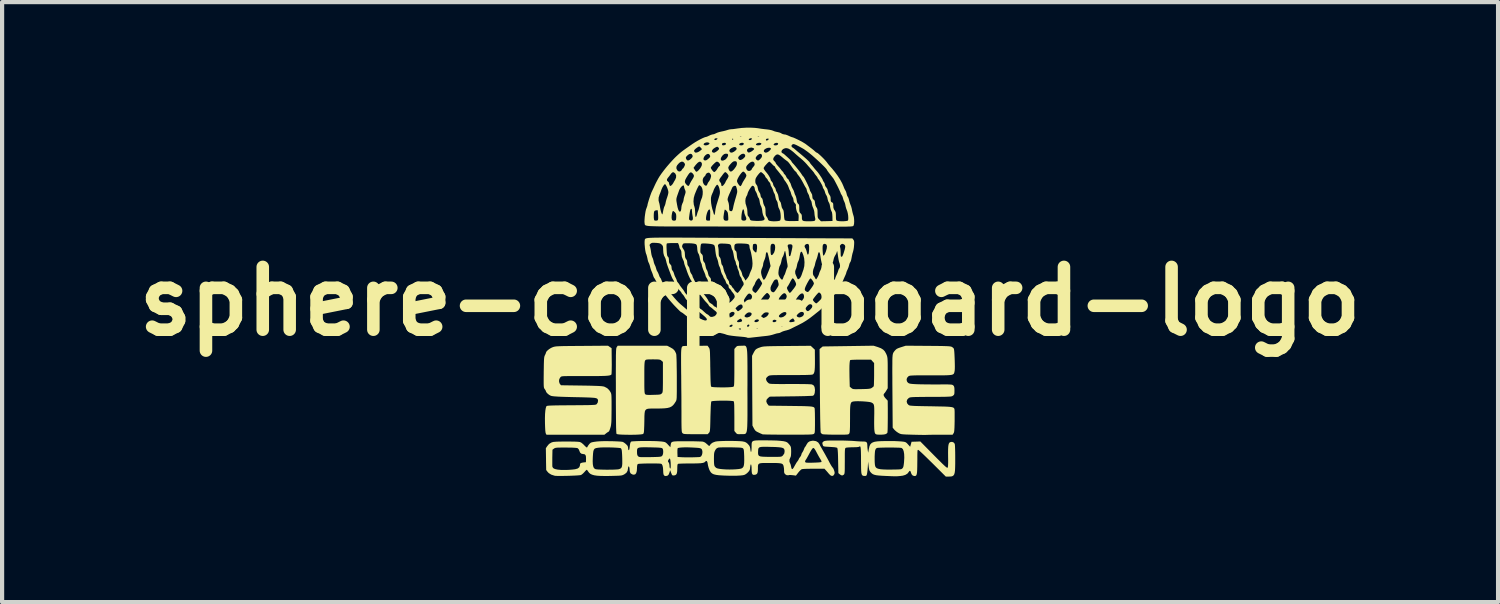
<source format=kicad_pcb>
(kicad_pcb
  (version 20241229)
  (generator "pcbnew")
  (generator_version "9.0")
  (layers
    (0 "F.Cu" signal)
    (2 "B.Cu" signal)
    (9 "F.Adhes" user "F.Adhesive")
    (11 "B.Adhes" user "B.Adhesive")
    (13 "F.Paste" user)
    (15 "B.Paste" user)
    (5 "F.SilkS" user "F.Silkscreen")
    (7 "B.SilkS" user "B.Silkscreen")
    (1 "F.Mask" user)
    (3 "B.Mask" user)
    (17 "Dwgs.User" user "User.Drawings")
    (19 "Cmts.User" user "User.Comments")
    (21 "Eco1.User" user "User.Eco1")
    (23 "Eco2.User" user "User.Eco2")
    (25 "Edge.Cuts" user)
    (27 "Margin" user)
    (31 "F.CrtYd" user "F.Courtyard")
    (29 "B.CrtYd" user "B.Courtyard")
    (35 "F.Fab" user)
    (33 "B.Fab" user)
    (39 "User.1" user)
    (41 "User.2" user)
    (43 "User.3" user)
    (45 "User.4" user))
  (footprint "sphere-corp-board-logo"
    (layer "F.Cu")
    (at 14.871 4.149)
    (property "Reference" "sphere-corp-board-logo" (at 0 0 0) (layer "F.SilkS") (effects (font (size 1.5 1.5) (thickness 0.3))))
    (attr board_only exclude_from_pos_files exclude_from_bom)
    (fp_poly (pts (xy -1.902 1.102) (xy -1.84 1.139) (xy -1.799 1.183) (xy -1.771 1.239) (xy -1.764 1.262) (xy -1.761 1.284) (xy -1.759 1.328) (xy -1.756 1.391) (xy -1.754 1.471) (xy -1.753 1.564) (xy -1.751 1.668) (xy -1.75 1.78) (xy -1.75 1.828) (xy -1.75 1.956) (xy -1.75 2.061) (xy -1.75 2.146) (xy -1.751 2.214) (xy -1.752 2.266) (xy -1.753 2.306) (xy -1.756 2.334) (xy -1.759 2.356) (xy -1.764 2.371) (xy -1.769 2.384) (xy -1.776 2.395) (xy -1.777 2.397) (xy -1.809 2.446) (xy -1.841 2.485) (xy -1.877 2.514) (xy -1.92 2.535) (xy -1.975 2.549) (xy -2.043 2.557) (xy -2.13 2.561) (xy -2.233 2.562) (xy -2.321 2.562) (xy -2.388 2.563) (xy -2.439 2.567) (xy -2.474 2.578) (xy -2.498 2.598) (xy -2.513 2.63) (xy -2.52 2.678) (xy -2.524 2.743) (xy -2.525 2.829) (xy -2.526 2.881) (xy -2.528 2.971) (xy -2.531 3.038) (xy -2.533 3.088) (xy -2.536 3.122) (xy -2.541 3.145) (xy -2.546 3.158) (xy -2.553 3.167) (xy -2.557 3.17) (xy -2.578 3.176) (xy -2.619 3.181) (xy -2.676 3.185) (xy -2.744 3.188) (xy -2.82 3.189) (xy -2.898 3.189) (xy -2.975 3.188) (xy -3.046 3.186) (xy -3.108 3.183) (xy -3.155 3.178) (xy -3.183 3.172) (xy -3.189 3.169) (xy -3.192 3.16) (xy -3.195 3.14) (xy -3.197 3.108) (xy -3.199 3.062) (xy -3.201 3.001) (xy -3.202 2.924) (xy -3.203 2.829) (xy -3.204 2.715) (xy -3.205 2.58) (xy -3.206 2.424) (xy -3.206 2.246) (xy -3.206 2.14) (xy -3.206 1.957) (xy -3.207 1.821) (xy -2.526 1.821) (xy -2.526 1.929) (xy -2.526 2.015) (xy -2.525 2.082) (xy -2.523 2.132) (xy -2.521 2.167) (xy -2.517 2.192) (xy -2.513 2.207) (xy -2.508 2.217) (xy -2.506 2.219) (xy -2.494 2.227) (xy -2.476 2.233) (xy -2.447 2.236) (xy -2.402 2.237) (xy -2.339 2.236) (xy -2.312 2.235) (xy -2.243 2.233) (xy -2.193 2.231) (xy -2.16 2.227) (xy -2.138 2.222) (xy -2.123 2.213) (xy -2.111 2.203) (xy -2.103 2.194) (xy -2.096 2.184) (xy -2.091 2.171) (xy -2.088 2.15) (xy -2.085 2.12) (xy -2.084 2.077) (xy -2.083 2.018) (xy -2.082 1.941) (xy -2.082 1.843) (xy -2.082 1.811) (xy -2.082 1.448) (xy -2.117 1.418) (xy -2.133 1.405) (xy -2.15 1.397) (xy -2.172 1.392) (xy -2.205 1.389) (xy -2.253 1.388) (xy -2.32 1.387) (xy -2.388 1.388) (xy -2.435 1.389) (xy -2.466 1.392) (xy -2.486 1.396) (xy -2.498 1.404) (xy -2.507 1.415) (xy -2.512 1.426) (xy -2.517 1.444) (xy -2.52 1.47) (xy -2.523 1.508) (xy -2.525 1.56) (xy -2.526 1.63) (xy -2.526 1.719) (xy -2.526 1.821) (xy -3.207 1.821) (xy -3.207 1.797) (xy -3.207 1.659) (xy -3.206 1.541) (xy -3.206 1.442) (xy -3.205 1.359) (xy -3.205 1.291) (xy -3.203 1.237) (xy -3.202 1.194) (xy -3.2 1.162) (xy -3.198 1.138) (xy -3.195 1.121) (xy -3.192 1.109) (xy -3.188 1.1) (xy -3.186 1.096) (xy -3.163 1.062) (xy -2.572 1.062) (xy -1.98 1.062)) (stroke (width 0) (type solid)) (fill yes) (layer "F.SilkS"))
    (fp_poly (pts (xy 1.498 1.109) (xy 1.548 1.156) (xy 1.55 1.4) (xy 1.55 1.5) (xy 1.548 1.579) (xy 1.544 1.639) (xy 1.538 1.682) (xy 1.528 1.713) (xy 1.515 1.734) (xy 1.504 1.745) (xy 1.494 1.749) (xy 1.475 1.753) (xy 1.444 1.756) (xy 1.399 1.758) (xy 1.339 1.76) (xy 1.262 1.761) (xy 1.165 1.762) (xy 1.045 1.762) (xy 0.976 1.762) (xy 0.851 1.762) (xy 0.747 1.762) (xy 0.664 1.763) (xy 0.599 1.764) (xy 0.549 1.765) (xy 0.511 1.767) (xy 0.484 1.77) (xy 0.465 1.773) (xy 0.451 1.778) (xy 0.44 1.784) (xy 0.43 1.79) (xy 0.402 1.815) (xy 0.384 1.839) (xy 0.383 1.843) (xy 0.385 1.88) (xy 0.406 1.92) (xy 0.439 1.953) (xy 0.449 1.96) (xy 0.46 1.965) (xy 0.476 1.969) (xy 0.499 1.972) (xy 0.532 1.974) (xy 0.576 1.975) (xy 0.635 1.976) (xy 0.71 1.977) (xy 0.805 1.977) (xy 0.922 1.976) (xy 0.958 1.976) (xy 1.096 1.976) (xy 1.215 1.977) (xy 1.314 1.978) (xy 1.392 1.98) (xy 1.446 1.983) (xy 1.478 1.986) (xy 1.482 1.988) (xy 1.519 2.009) (xy 1.541 2.047) (xy 1.55 2.103) (xy 1.551 2.125) (xy 1.545 2.191) (xy 1.529 2.235) (xy 1.505 2.256) (xy 1.488 2.258) (xy 1.448 2.26) (xy 1.389 2.262) (xy 1.314 2.265) (xy 1.225 2.267) (xy 1.124 2.269) (xy 1.016 2.271) (xy 0.976 2.271) (xy 0.471 2.278) (xy 0.429 2.311) (xy 0.396 2.349) (xy 0.388 2.392) (xy 0.404 2.437) (xy 0.418 2.456) (xy 0.448 2.494) (xy 0.965 2.5) (xy 1.098 2.502) (xy 1.208 2.503) (xy 1.298 2.505) (xy 1.369 2.508) (xy 1.424 2.511) (xy 1.466 2.515) (xy 1.496 2.521) (xy 1.516 2.527) (xy 1.529 2.535) (xy 1.538 2.545) (xy 1.543 2.557) (xy 1.545 2.575) (xy 1.547 2.614) (xy 1.549 2.67) (xy 1.55 2.74) (xy 1.551 2.82) (xy 1.551 2.863) (xy 1.551 2.954) (xy 1.55 3.024) (xy 1.549 3.076) (xy 1.547 3.112) (xy 1.544 3.136) (xy 1.539 3.151) (xy 1.533 3.16) (xy 1.524 3.167) (xy 1.523 3.168) (xy 1.514 3.173) (xy 1.5 3.176) (xy 1.478 3.18) (xy 1.447 3.182) (xy 1.404 3.184) (xy 1.347 3.185) (xy 1.274 3.186) (xy 1.183 3.187) (xy 1.072 3.187) (xy 0.938 3.187) (xy 0.907 3.187) (xy 0.788 3.186) (xy 0.676 3.186) (xy 0.573 3.185) (xy 0.484 3.184) (xy 0.409 3.183) (xy 0.352 3.181) (xy 0.315 3.18) (xy 0.3 3.179) (xy 0.28 3.17) (xy 0.244 3.155) (xy 0.204 3.136) (xy 0.159 3.114) (xy 0.129 3.092) (xy 0.107 3.063) (xy 0.091 3.035) (xy 0.057 2.969) (xy 0.052 2.136) (xy 0.048 1.303) (xy 0.086 1.227) (xy 0.109 1.186) (xy 0.13 1.157) (xy 0.157 1.136) (xy 0.195 1.117) (xy 0.248 1.098) (xy 0.266 1.092) (xy 0.286 1.087) (xy 0.309 1.083) (xy 0.339 1.079) (xy 0.377 1.077) (xy 0.426 1.074) (xy 0.488 1.073) (xy 0.567 1.071) (xy 0.664 1.07) (xy 0.781 1.069) (xy 0.884 1.068) (xy 1.449 1.063)) (stroke (width 0) (type solid)) (fill yes) (layer "F.SilkS"))
    (fp_poly (pts (xy 3.052 1.093) (xy 3.126 1.121) (xy 3.181 1.155) (xy 3.222 1.199) (xy 3.254 1.259) (xy 3.26 1.273) (xy 3.269 1.295) (xy 3.275 1.315) (xy 3.28 1.338) (xy 3.284 1.367) (xy 3.286 1.405) (xy 3.288 1.455) (xy 3.289 1.521) (xy 3.289 1.605) (xy 3.289 1.71) (xy 3.289 2.077) (xy 3.257 2.131) (xy 3.235 2.166) (xy 3.215 2.193) (xy 3.207 2.2) (xy 3.191 2.227) (xy 3.196 2.261) (xy 3.224 2.303) (xy 3.239 2.32) (xy 3.289 2.374) (xy 3.291 2.565) (xy 3.291 2.674) (xy 3.291 2.778) (xy 3.29 2.875) (xy 3.289 2.962) (xy 3.288 3.035) (xy 3.286 3.091) (xy 3.283 3.128) (xy 3.282 3.14) (xy 3.266 3.158) (xy 3.238 3.173) (xy 3.237 3.174) (xy 3.199 3.182) (xy 3.147 3.186) (xy 3.092 3.187) (xy 3.042 3.184) (xy 3.018 3.18) (xy 3.002 3.173) (xy 2.989 3.159) (xy 2.979 3.136) (xy 2.973 3.102) (xy 2.968 3.053) (xy 2.966 2.987) (xy 2.965 2.902) (xy 2.966 2.794) (xy 2.966 2.784) (xy 2.968 2.685) (xy 2.968 2.608) (xy 2.967 2.549) (xy 2.964 2.506) (xy 2.958 2.476) (xy 2.949 2.455) (xy 2.936 2.44) (xy 2.919 2.428) (xy 2.897 2.417) (xy 2.87 2.409) (xy 2.824 2.402) (xy 2.764 2.396) (xy 2.697 2.391) (xy 2.628 2.388) (xy 2.564 2.387) (xy 2.509 2.389) (xy 2.472 2.393) (xy 2.449 2.398) (xy 2.43 2.406) (xy 2.416 2.421) (xy 2.406 2.443) (xy 2.398 2.477) (xy 2.393 2.524) (xy 2.39 2.587) (xy 2.389 2.67) (xy 2.389 2.774) (xy 2.389 2.803) (xy 2.388 2.905) (xy 2.388 2.985) (xy 2.386 3.046) (xy 2.384 3.091) (xy 2.381 3.122) (xy 2.377 3.143) (xy 2.371 3.157) (xy 2.369 3.16) (xy 2.362 3.168) (xy 2.354 3.175) (xy 2.34 3.18) (xy 2.318 3.183) (xy 2.285 3.185) (xy 2.237 3.187) (xy 2.172 3.187) (xy 2.086 3.187) (xy 2.053 3.187) (xy 1.968 3.186) (xy 1.891 3.185) (xy 1.824 3.182) (xy 1.772 3.18) (xy 1.739 3.177) (xy 1.73 3.175) (xy 1.702 3.156) (xy 1.689 3.139) (xy 1.686 3.121) (xy 1.684 3.079) (xy 1.681 3.011) (xy 1.679 2.92) (xy 1.676 2.804) (xy 1.674 2.664) (xy 1.672 2.5) (xy 1.67 2.313) (xy 1.669 2.128) (xy 1.665 1.628) (xy 2.374 1.628) (xy 2.375 1.737) (xy 2.376 1.81) (xy 2.382 2.04) (xy 2.419 2.071) (xy 2.433 2.082) (xy 2.447 2.09) (xy 2.465 2.096) (xy 2.491 2.099) (xy 2.531 2.1) (xy 2.586 2.099) (xy 2.663 2.098) (xy 2.741 2.096) (xy 2.799 2.094) (xy 2.841 2.09) (xy 2.87 2.085) (xy 2.891 2.079) (xy 2.907 2.069) (xy 2.908 2.069) (xy 2.935 2.049) (xy 2.953 2.033) (xy 2.954 2.032) (xy 2.957 2.016) (xy 2.96 1.979) (xy 2.961 1.924) (xy 2.963 1.857) (xy 2.964 1.779) (xy 2.964 1.747) (xy 2.964 1.475) (xy 2.927 1.435) (xy 2.891 1.394) (xy 2.647 1.394) (xy 2.571 1.394) (xy 2.504 1.396) (xy 2.449 1.398) (xy 2.411 1.401) (xy 2.393 1.404) (xy 2.393 1.404) (xy 2.385 1.426) (xy 2.379 1.471) (xy 2.375 1.539) (xy 2.374 1.628) (xy 1.665 1.628) (xy 1.661 1.142) (xy 1.698 1.11) (xy 1.736 1.079) (xy 2.343 1.07) (xy 2.951 1.061)) (stroke (width 0) (type solid)) (fill yes) (layer "F.SilkS"))
    (fp_poly (pts (xy -0.124 1.061) (xy -0.11 1.066) (xy -0.098 1.078) (xy -0.088 1.096) (xy -0.08 1.122) (xy -0.074 1.159) (xy -0.069 1.208) (xy -0.066 1.27) (xy -0.064 1.346) (xy -0.063 1.44) (xy -0.062 1.551) (xy -0.062 1.681) (xy -0.062 1.833) (xy -0.062 2.007) (xy -0.063 2.111) (xy -0.062 2.299) (xy -0.062 2.463) (xy -0.062 2.605) (xy -0.062 2.727) (xy -0.063 2.83) (xy -0.065 2.916) (xy -0.067 2.986) (xy -0.071 3.043) (xy -0.076 3.086) (xy -0.083 3.119) (xy -0.092 3.142) (xy -0.103 3.158) (xy -0.116 3.167) (xy -0.131 3.172) (xy -0.149 3.173) (xy -0.171 3.173) (xy -0.195 3.173) (xy -0.209 3.173) (xy -0.259 3.175) (xy -0.291 3.174) (xy -0.311 3.168) (xy -0.327 3.155) (xy -0.342 3.138) (xy -0.375 3.098) (xy -0.375 2.752) (xy -0.376 2.639) (xy -0.377 2.551) (xy -0.378 2.483) (xy -0.381 2.435) (xy -0.385 2.405) (xy -0.39 2.391) (xy -0.39 2.39) (xy -0.408 2.384) (xy -0.447 2.38) (xy -0.5 2.376) (xy -0.565 2.374) (xy -0.635 2.374) (xy -0.707 2.374) (xy -0.776 2.376) (xy -0.837 2.379) (xy -0.885 2.383) (xy -0.916 2.388) (xy -0.924 2.392) (xy -0.93 2.411) (xy -0.934 2.453) (xy -0.939 2.52) (xy -0.942 2.611) (xy -0.946 2.726) (xy -0.947 2.761) (xy -0.949 2.864) (xy -0.951 2.945) (xy -0.953 3.007) (xy -0.956 3.053) (xy -0.959 3.086) (xy -0.963 3.108) (xy -0.968 3.123) (xy -0.975 3.135) (xy -0.983 3.144) (xy -1.012 3.175) (xy -1.3 3.175) (xy -1.393 3.175) (xy -1.463 3.174) (xy -1.516 3.173) (xy -1.553 3.171) (xy -1.578 3.168) (xy -1.595 3.163) (xy -1.606 3.157) (xy -1.613 3.15) (xy -1.62 3.142) (xy -1.626 3.132) (xy -1.63 3.117) (xy -1.633 3.094) (xy -1.635 3.06) (xy -1.637 3.014) (xy -1.638 2.952) (xy -1.639 2.871) (xy -1.639 2.769) (xy -1.639 2.722) (xy -1.639 2.62) (xy -1.64 2.498) (xy -1.64 2.362) (xy -1.641 2.216) (xy -1.643 2.066) (xy -1.644 1.918) (xy -1.645 1.776) (xy -1.646 1.728) (xy -1.647 1.587) (xy -1.648 1.468) (xy -1.648 1.37) (xy -1.648 1.291) (xy -1.647 1.228) (xy -1.645 1.179) (xy -1.641 1.143) (xy -1.637 1.117) (xy -1.631 1.098) (xy -1.624 1.086) (xy -1.615 1.077) (xy -1.608 1.072) (xy -1.592 1.069) (xy -1.555 1.067) (xy -1.5 1.065) (xy -1.431 1.064) (xy -1.352 1.063) (xy -1.305 1.063) (xy -1.015 1.062) (xy -0.986 1.103) (xy -0.978 1.114) (xy -0.972 1.126) (xy -0.967 1.142) (xy -0.963 1.163) (xy -0.96 1.192) (xy -0.957 1.233) (xy -0.956 1.288) (xy -0.954 1.36) (xy -0.952 1.451) (xy -0.951 1.563) (xy -0.95 1.584) (xy -0.948 1.709) (xy -0.946 1.811) (xy -0.944 1.891) (xy -0.941 1.952) (xy -0.938 1.996) (xy -0.934 2.024) (xy -0.93 2.038) (xy -0.928 2.04) (xy -0.91 2.046) (xy -0.871 2.051) (xy -0.817 2.054) (xy -0.752 2.056) (xy -0.681 2.057) (xy -0.609 2.057) (xy -0.54 2.055) (xy -0.48 2.052) (xy -0.432 2.048) (xy -0.402 2.042) (xy -0.396 2.039) (xy -0.39 2.033) (xy -0.386 2.021) (xy -0.382 2.003) (xy -0.38 1.974) (xy -0.378 1.934) (xy -0.377 1.879) (xy -0.376 1.807) (xy -0.375 1.715) (xy -0.375 1.601) (xy -0.375 1.581) (xy -0.375 1.139) (xy -0.343 1.101) (xy -0.325 1.082) (xy -0.308 1.07) (xy -0.284 1.065) (xy -0.246 1.063) (xy -0.211 1.062) (xy -0.185 1.062) (xy -0.162 1.06) (xy -0.142 1.059)) (stroke (width 0) (type solid)) (fill yes) (layer "F.SilkS"))
    (fp_poly (pts (xy -3.351 1.091) (xy -3.308 1.12) (xy -3.305 1.425) (xy -3.304 1.511) (xy -3.305 1.589) (xy -3.306 1.655) (xy -3.308 1.706) (xy -3.31 1.738) (xy -3.312 1.748) (xy -3.323 1.758) (xy -3.341 1.766) (xy -3.368 1.773) (xy -3.409 1.778) (xy -3.463 1.782) (xy -3.534 1.784) (xy -3.623 1.786) (xy -3.733 1.787) (xy -3.852 1.787) (xy -3.996 1.787) (xy -4.117 1.786) (xy -4.218 1.786) (xy -4.3 1.787) (xy -4.364 1.787) (xy -4.415 1.788) (xy -4.452 1.789) (xy -4.479 1.791) (xy -4.498 1.794) (xy -4.51 1.798) (xy -4.518 1.802) (xy -4.524 1.807) (xy -4.53 1.814) (xy -4.534 1.818) (xy -4.558 1.859) (xy -4.565 1.907) (xy -4.554 1.955) (xy -4.541 1.977) (xy -4.517 2.006) (xy -4.025 2.013) (xy -3.898 2.015) (xy -3.793 2.017) (xy -3.708 2.02) (xy -3.641 2.022) (xy -3.588 2.025) (xy -3.548 2.028) (xy -3.518 2.032) (xy -3.496 2.036) (xy -3.478 2.042) (xy -3.477 2.042) (xy -3.414 2.075) (xy -3.366 2.121) (xy -3.335 2.169) (xy -3.327 2.184) (xy -3.321 2.2) (xy -3.316 2.22) (xy -3.313 2.247) (xy -3.311 2.284) (xy -3.31 2.333) (xy -3.309 2.399) (xy -3.309 2.484) (xy -3.309 2.577) (xy -3.31 2.683) (xy -3.311 2.767) (xy -3.312 2.833) (xy -3.314 2.885) (xy -3.318 2.925) (xy -3.322 2.958) (xy -3.327 2.986) (xy -3.335 3.013) (xy -3.338 3.024) (xy -3.352 3.066) (xy -3.365 3.098) (xy -3.374 3.112) (xy -3.375 3.112) (xy -3.39 3.12) (xy -3.417 3.138) (xy -3.433 3.15) (xy -3.48 3.188) (xy -4.172 3.188) (xy -4.864 3.188) (xy -4.88 3.159) (xy -4.887 3.133) (xy -4.893 3.081) (xy -4.897 3.005) (xy -4.9 2.911) (xy -4.901 2.793) (xy -4.898 2.692) (xy -4.891 2.611) (xy -4.881 2.551) (xy -4.868 2.513) (xy -4.862 2.504) (xy -4.853 2.5) (xy -4.835 2.496) (xy -4.805 2.493) (xy -4.761 2.491) (xy -4.702 2.489) (xy -4.626 2.487) (xy -4.53 2.486) (xy -4.414 2.485) (xy -4.274 2.484) (xy -4.268 2.484) (xy -4.132 2.483) (xy -4.019 2.482) (xy -3.927 2.481) (xy -3.853 2.48) (xy -3.795 2.478) (xy -3.752 2.476) (xy -3.72 2.474) (xy -3.697 2.471) (xy -3.682 2.467) (xy -3.672 2.463) (xy -3.666 2.458) (xy -3.639 2.418) (xy -3.632 2.371) (xy -3.638 2.346) (xy -3.646 2.333) (xy -3.658 2.323) (xy -3.679 2.315) (xy -3.71 2.308) (xy -3.755 2.304) (xy -3.816 2.3) (xy -3.896 2.297) (xy -3.998 2.294) (xy -4.027 2.293) (xy -4.179 2.29) (xy -4.307 2.287) (xy -4.415 2.284) (xy -4.504 2.281) (xy -4.576 2.278) (xy -4.633 2.274) (xy -4.678 2.271) (xy -4.712 2.267) (xy -4.738 2.263) (xy -4.757 2.258) (xy -4.766 2.254) (xy -4.801 2.235) (xy -4.836 2.207) (xy -4.863 2.178) (xy -4.877 2.153) (xy -4.877 2.149) (xy -4.884 2.131) (xy -4.901 2.104) (xy -4.905 2.099) (xy -4.914 2.087) (xy -4.92 2.075) (xy -4.925 2.059) (xy -4.928 2.037) (xy -4.93 2.005) (xy -4.931 1.961) (xy -4.931 1.902) (xy -4.931 1.824) (xy -4.93 1.725) (xy -4.93 1.697) (xy -4.928 1.591) (xy -4.927 1.507) (xy -4.925 1.442) (xy -4.923 1.393) (xy -4.92 1.356) (xy -4.916 1.33) (xy -4.911 1.311) (xy -4.905 1.295) (xy -4.902 1.289) (xy -4.886 1.257) (xy -4.878 1.233) (xy -4.877 1.229) (xy -4.867 1.204) (xy -4.839 1.174) (xy -4.8 1.142) (xy -4.754 1.114) (xy -4.721 1.099) (xy -4.703 1.092) (xy -4.686 1.087) (xy -4.667 1.083) (xy -4.643 1.079) (xy -4.613 1.076) (xy -4.574 1.074) (xy -4.523 1.072) (xy -4.459 1.07) (xy -4.38 1.069) (xy -4.282 1.068) (xy -4.164 1.067) (xy -4.023 1.066) (xy -4.02 1.066) (xy -3.394 1.061)) (stroke (width 0) (type solid)) (fill yes) (layer "F.SilkS"))
    (fp_poly (pts (xy 4.252 1.065) (xy 4.383 1.066) (xy 4.491 1.067) (xy 4.579 1.068) (xy 4.649 1.07) (xy 4.703 1.072) (xy 4.744 1.074) (xy 4.774 1.077) (xy 4.796 1.081) (xy 4.811 1.085) (xy 4.823 1.09) (xy 4.823 1.09) (xy 4.852 1.111) (xy 4.869 1.132) (xy 4.87 1.134) (xy 4.875 1.161) (xy 4.88 1.208) (xy 4.884 1.27) (xy 4.887 1.34) (xy 4.89 1.415) (xy 4.892 1.488) (xy 4.893 1.555) (xy 4.892 1.61) (xy 4.89 1.648) (xy 4.889 1.656) (xy 4.884 1.683) (xy 4.879 1.705) (xy 4.872 1.724) (xy 4.86 1.738) (xy 4.842 1.749) (xy 4.815 1.757) (xy 4.776 1.762) (xy 4.724 1.766) (xy 4.656 1.768) (xy 4.57 1.769) (xy 4.463 1.769) (xy 4.334 1.769) (xy 4.321 1.769) (xy 4.196 1.769) (xy 4.093 1.769) (xy 4.01 1.769) (xy 3.944 1.77) (xy 3.894 1.772) (xy 3.857 1.774) (xy 3.83 1.776) (xy 3.811 1.78) (xy 3.798 1.784) (xy 3.788 1.79) (xy 3.781 1.795) (xy 3.75 1.831) (xy 3.74 1.874) (xy 3.75 1.916) (xy 3.77 1.942) (xy 3.785 1.954) (xy 3.804 1.963) (xy 3.83 1.969) (xy 3.869 1.974) (xy 3.925 1.978) (xy 3.961 1.98) (xy 4.018 1.982) (xy 4.094 1.984) (xy 4.184 1.985) (xy 4.284 1.986) (xy 4.387 1.987) (xy 4.475 1.987) (xy 4.579 1.986) (xy 4.66 1.986) (xy 4.723 1.986) (xy 4.769 1.988) (xy 4.801 1.99) (xy 4.823 1.993) (xy 4.838 1.998) (xy 4.848 2.004) (xy 4.857 2.011) (xy 4.857 2.011) (xy 4.871 2.029) (xy 4.879 2.053) (xy 4.883 2.088) (xy 4.884 2.133) (xy 4.883 2.182) (xy 4.88 2.213) (xy 4.872 2.233) (xy 4.858 2.247) (xy 4.848 2.255) (xy 4.839 2.261) (xy 4.828 2.267) (xy 4.813 2.271) (xy 4.792 2.275) (xy 4.762 2.277) (xy 4.721 2.279) (xy 4.667 2.281) (xy 4.596 2.282) (xy 4.506 2.283) (xy 4.396 2.283) (xy 4.32 2.284) (xy 4.196 2.284) (xy 4.094 2.285) (xy 4.012 2.286) (xy 3.948 2.287) (xy 3.899 2.289) (xy 3.863 2.291) (xy 3.837 2.294) (xy 3.819 2.298) (xy 3.805 2.303) (xy 3.795 2.309) (xy 3.789 2.313) (xy 3.754 2.35) (xy 3.742 2.393) (xy 3.752 2.436) (xy 3.784 2.474) (xy 3.794 2.481) (xy 3.804 2.486) (xy 3.821 2.491) (xy 3.846 2.494) (xy 3.882 2.497) (xy 3.931 2.5) (xy 3.995 2.502) (xy 4.077 2.504) (xy 4.179 2.506) (xy 4.303 2.508) (xy 4.316 2.508) (xy 4.448 2.511) (xy 4.558 2.513) (xy 4.647 2.515) (xy 4.717 2.518) (xy 4.771 2.522) (xy 4.812 2.527) (xy 4.841 2.534) (xy 4.86 2.542) (xy 4.872 2.553) (xy 4.88 2.565) (xy 4.884 2.579) (xy 4.886 2.6) (xy 4.888 2.641) (xy 4.888 2.7) (xy 4.888 2.77) (xy 4.888 2.848) (xy 4.888 2.864) (xy 4.886 2.953) (xy 4.884 3.02) (xy 4.881 3.069) (xy 4.878 3.104) (xy 4.873 3.129) (xy 4.866 3.146) (xy 4.861 3.154) (xy 4.839 3.188) (xy 4.554 3.188) (xy 4.469 3.188) (xy 4.392 3.188) (xy 4.325 3.189) (xy 4.273 3.19) (xy 4.24 3.191) (xy 4.232 3.192) (xy 4.209 3.192) (xy 4.166 3.193) (xy 4.105 3.192) (xy 4.032 3.191) (xy 3.95 3.189) (xy 3.902 3.188) (xy 3.809 3.185) (xy 3.737 3.183) (xy 3.683 3.18) (xy 3.643 3.177) (xy 3.613 3.173) (xy 3.591 3.167) (xy 3.571 3.159) (xy 3.552 3.149) (xy 3.546 3.146) (xy 3.502 3.117) (xy 3.462 3.083) (xy 3.446 3.066) (xy 3.408 3.02) (xy 3.402 2.225) (xy 3.401 2.084) (xy 3.4 1.947) (xy 3.4 1.818) (xy 3.399 1.699) (xy 3.399 1.592) (xy 3.4 1.5) (xy 3.4 1.425) (xy 3.401 1.371) (xy 3.402 1.338) (xy 3.403 1.335) (xy 3.407 1.284) (xy 3.415 1.248) (xy 3.428 1.22) (xy 3.45 1.19) (xy 3.454 1.185) (xy 3.479 1.158) (xy 3.504 1.137) (xy 3.538 1.121) (xy 3.585 1.104) (xy 3.61 1.096) (xy 3.721 1.061)) (stroke (width 0) (type solid)) (fill yes) (layer "F.SilkS"))
    (fp_poly (pts (xy 2.085 3.326) (xy 2.176 3.326) (xy 2.267 3.328) (xy 2.353 3.331) (xy 2.427 3.334) (xy 2.483 3.338) (xy 2.495 3.339) (xy 2.559 3.344) (xy 2.624 3.348) (xy 2.679 3.35) (xy 2.697 3.35) (xy 2.748 3.352) (xy 2.779 3.363) (xy 2.796 3.389) (xy 2.802 3.433) (xy 2.802 3.452) (xy 2.805 3.501) (xy 2.811 3.553) (xy 2.812 3.562) (xy 2.822 3.619) (xy 2.838 3.528) (xy 2.854 3.46) (xy 2.877 3.413) (xy 2.912 3.381) (xy 2.962 3.36) (xy 3.003 3.352) (xy 3.049 3.346) (xy 3.114 3.342) (xy 3.194 3.34) (xy 3.282 3.339) (xy 3.372 3.339) (xy 3.461 3.34) (xy 3.541 3.344) (xy 3.608 3.348) (xy 3.62 3.349) (xy 3.671 3.355) (xy 3.704 3.362) (xy 3.728 3.374) (xy 3.751 3.394) (xy 3.773 3.418) (xy 3.825 3.476) (xy 3.842 3.416) (xy 3.859 3.356) (xy 3.964 3.353) (xy 4.068 3.349) (xy 4.385 3.67) (xy 4.472 3.758) (xy 4.543 3.828) (xy 4.599 3.884) (xy 4.643 3.925) (xy 4.675 3.954) (xy 4.698 3.971) (xy 4.712 3.978) (xy 4.718 3.977) (xy 4.724 3.967) (xy 4.729 3.945) (xy 4.731 3.91) (xy 4.733 3.857) (xy 4.733 3.784) (xy 4.732 3.716) (xy 4.731 3.615) (xy 4.732 3.535) (xy 4.735 3.475) (xy 4.741 3.431) (xy 4.75 3.4) (xy 4.762 3.38) (xy 4.778 3.367) (xy 4.783 3.365) (xy 4.825 3.358) (xy 4.863 3.372) (xy 4.889 3.403) (xy 4.89 3.407) (xy 4.894 3.428) (xy 4.897 3.471) (xy 4.899 3.531) (xy 4.901 3.606) (xy 4.902 3.691) (xy 4.902 3.757) (xy 4.902 3.872) (xy 4.9 3.965) (xy 4.897 4.037) (xy 4.89 4.092) (xy 4.879 4.132) (xy 4.863 4.158) (xy 4.841 4.175) (xy 4.813 4.184) (xy 4.777 4.187) (xy 4.747 4.188) (xy 4.677 4.188) (xy 4.357 3.869) (xy 4.282 3.796) (xy 4.213 3.728) (xy 4.152 3.669) (xy 4.099 3.619) (xy 4.058 3.582) (xy 4.031 3.558) (xy 4.019 3.55) (xy 4.012 3.55) (xy 4.007 3.552) (xy 4.003 3.559) (xy 4.001 3.574) (xy 3.999 3.6) (xy 3.998 3.64) (xy 3.997 3.696) (xy 3.997 3.772) (xy 3.996 3.85) (xy 3.995 3.949) (xy 3.993 4.026) (xy 3.99 4.083) (xy 3.984 4.123) (xy 3.976 4.15) (xy 3.964 4.166) (xy 3.949 4.173) (xy 3.929 4.175) (xy 3.928 4.175) (xy 3.888 4.164) (xy 3.858 4.13) (xy 3.844 4.091) (xy 3.831 4.057) (xy 3.816 4.049) (xy 3.799 4.065) (xy 3.792 4.077) (xy 3.76 4.117) (xy 3.709 4.148) (xy 3.645 4.167) (xy 3.633 4.168) (xy 3.589 4.174) (xy 3.551 4.177) (xy 3.515 4.18) (xy 3.475 4.18) (xy 3.426 4.18) (xy 3.364 4.178) (xy 3.284 4.174) (xy 3.248 4.173) (xy 3.149 4.168) (xy 3.072 4.162) (xy 3.013 4.155) (xy 2.968 4.144) (xy 2.935 4.131) (xy 2.908 4.112) (xy 2.885 4.089) (xy 2.878 4.081) (xy 2.862 4.059) (xy 2.851 4.037) (xy 2.844 4.01) (xy 2.837 3.97) (xy 2.831 3.919) (xy 2.821 3.831) (xy 2.812 3.969) (xy 2.807 4.029) (xy 2.801 4.083) (xy 2.794 4.124) (xy 2.79 4.142) (xy 2.778 4.165) (xy 2.759 4.173) (xy 2.73 4.173) (xy 2.707 4.17) (xy 2.69 4.163) (xy 2.676 4.151) (xy 2.666 4.129) (xy 2.659 4.096) (xy 2.655 4.048) (xy 2.653 3.983) (xy 2.652 3.899) (xy 2.651 3.8) (xy 2.651 3.777) (xy 2.977 3.777) (xy 2.978 3.841) (xy 2.982 3.894) (xy 2.985 3.917) (xy 2.993 3.947) (xy 3.008 3.971) (xy 3.033 3.99) (xy 3.07 4.003) (xy 3.121 4.013) (xy 3.189 4.018) (xy 3.277 4.021) (xy 3.387 4.021) (xy 3.405 4.02) (xy 3.482 4.019) (xy 3.539 4.018) (xy 3.578 4.015) (xy 3.605 4.012) (xy 3.622 4.006) (xy 3.634 3.997) (xy 3.641 3.991) (xy 3.654 3.974) (xy 3.664 3.948) (xy 3.671 3.91) (xy 3.678 3.853) (xy 3.679 3.842) (xy 3.685 3.736) (xy 3.682 3.648) (xy 3.67 3.579) (xy 3.651 3.531) (xy 3.623 3.506) (xy 3.616 3.503) (xy 3.592 3.5) (xy 3.548 3.497) (xy 3.488 3.496) (xy 3.417 3.494) (xy 3.341 3.494) (xy 3.264 3.494) (xy 3.191 3.495) (xy 3.126 3.497) (xy 3.075 3.499) (xy 3.043 3.502) (xy 3.036 3.503) (xy 3.009 3.518) (xy 2.993 3.55) (xy 2.99 3.559) (xy 2.984 3.594) (xy 2.98 3.647) (xy 2.977 3.71) (xy 2.977 3.777) (xy 2.651 3.777) (xy 2.651 3.694) (xy 2.649 3.61) (xy 2.647 3.548) (xy 2.643 3.504) (xy 2.637 3.478) (xy 2.629 3.465) (xy 2.62 3.466) (xy 2.612 3.472) (xy 2.591 3.48) (xy 2.548 3.485) (xy 2.481 3.487) (xy 2.454 3.487) (xy 2.395 3.489) (xy 2.343 3.492) (xy 2.305 3.496) (xy 2.288 3.5) (xy 2.28 3.506) (xy 2.274 3.514) (xy 2.27 3.53) (xy 2.267 3.555) (xy 2.265 3.592) (xy 2.264 3.645) (xy 2.264 3.717) (xy 2.264 3.811) (xy 2.264 3.817) (xy 2.263 3.913) (xy 2.263 3.987) (xy 2.262 4.041) (xy 2.26 4.081) (xy 2.257 4.107) (xy 2.252 4.125) (xy 2.246 4.136) (xy 2.241 4.142) (xy 2.209 4.16) (xy 2.177 4.156) (xy 2.144 4.134) (xy 2.11 4.105) (xy 2.104 3.812) (xy 2.102 3.707) (xy 2.099 3.626) (xy 2.095 3.566) (xy 2.09 3.527) (xy 2.085 3.506) (xy 2.083 3.502) (xy 2.061 3.494) (xy 2.015 3.486) (xy 1.944 3.481) (xy 1.91 3.479) (xy 1.845 3.475) (xy 1.8 3.472) (xy 1.772 3.468) (xy 1.755 3.462) (xy 1.745 3.452) (xy 1.74 3.441) (xy 1.727 3.398) (xy 1.734 3.367) (xy 1.763 3.344) (xy 1.779 3.338) (xy 1.804 3.333) (xy 1.839 3.329) (xy 1.888 3.327) (xy 1.954 3.326) (xy 2.041 3.326)) (stroke (width 0) (type solid)) (fill yes) (layer "F.SilkS"))
    (fp_poly (pts (xy 0.327 3.322) (xy 0.385 3.322) (xy 0.521 3.324) (xy 0.635 3.327) (xy 0.726 3.334) (xy 0.797 3.342) (xy 0.849 3.354) (xy 0.882 3.368) (xy 0.884 3.369) (xy 0.909 3.39) (xy 0.937 3.422) (xy 0.947 3.433) (xy 0.963 3.457) (xy 0.974 3.48) (xy 0.979 3.509) (xy 0.981 3.55) (xy 0.982 3.593) (xy 0.98 3.653) (xy 0.976 3.695) (xy 0.968 3.723) (xy 0.96 3.737) (xy 0.941 3.784) (xy 0.942 3.834) (xy 0.955 3.866) (xy 0.968 3.895) (xy 0.978 3.936) (xy 0.981 3.953) (xy 0.991 3.994) (xy 1.005 4.01) (xy 1.022 4.002) (xy 1.043 3.972) (xy 1.074 3.916) (xy 1.097 3.876) (xy 1.115 3.846) (xy 1.134 3.822) (xy 1.135 3.819) (xy 1.137 3.817) (xy 1.315 3.817) (xy 1.317 3.841) (xy 1.335 3.853) (xy 1.363 3.856) (xy 1.408 3.857) (xy 1.463 3.857) (xy 1.523 3.855) (xy 1.582 3.853) (xy 1.635 3.85) (xy 1.677 3.846) (xy 1.7 3.841) (xy 1.704 3.84) (xy 1.708 3.823) (xy 1.696 3.796) (xy 1.685 3.779) (xy 1.664 3.745) (xy 1.637 3.698) (xy 1.609 3.646) (xy 1.601 3.631) (xy 1.57 3.572) (xy 1.546 3.533) (xy 1.528 3.511) (xy 1.514 3.504) (xy 1.499 3.51) (xy 1.489 3.519) (xy 1.473 3.541) (xy 1.45 3.578) (xy 1.423 3.626) (xy 1.407 3.656) (xy 1.38 3.706) (xy 1.356 3.749) (xy 1.338 3.779) (xy 1.331 3.788) (xy 1.315 3.817) (xy 1.137 3.817) (xy 1.154 3.793) (xy 1.163 3.774) (xy 1.163 3.772) (xy 1.171 3.755) (xy 1.189 3.729) (xy 1.194 3.723) (xy 1.215 3.693) (xy 1.225 3.667) (xy 1.226 3.663) (xy 1.233 3.637) (xy 1.249 3.611) (xy 1.269 3.578) (xy 1.286 3.539) (xy 1.287 3.535) (xy 1.3 3.503) (xy 1.312 3.482) (xy 1.314 3.48) (xy 1.327 3.465) (xy 1.343 3.436) (xy 1.352 3.419) (xy 1.383 3.373) (xy 1.426 3.345) (xy 1.485 3.332) (xy 1.515 3.331) (xy 1.578 3.342) (xy 1.628 3.373) (xy 1.661 3.42) (xy 1.676 3.452) (xy 1.689 3.475) (xy 1.702 3.497) (xy 1.721 3.53) (xy 1.732 3.55) (xy 1.758 3.595) (xy 1.787 3.646) (xy 1.8 3.669) (xy 1.821 3.708) (xy 1.85 3.76) (xy 1.881 3.818) (xy 1.896 3.848) (xy 1.923 3.897) (xy 1.947 3.937) (xy 1.965 3.964) (xy 1.972 3.971) (xy 1.984 3.986) (xy 1.999 4.016) (xy 2.007 4.038) (xy 2.019 4.078) (xy 2.021 4.105) (xy 2.013 4.13) (xy 2.011 4.134) (xy 1.987 4.166) (xy 1.956 4.173) (xy 1.921 4.158) (xy 1.887 4.125) (xy 1.855 4.087) (xy 1.823 4.05) (xy 1.811 4.037) (xy 1.778 4) (xy 1.521 4) (xy 1.442 4.001) (xy 1.37 4.002) (xy 1.308 4.004) (xy 1.263 4.007) (xy 1.237 4.011) (xy 1.235 4.011) (xy 1.213 4.027) (xy 1.183 4.056) (xy 1.151 4.093) (xy 1.151 4.094) (xy 1.096 4.165) (xy 1.039 4.157) (xy 0.991 4.152) (xy 0.96 4.15) (xy 0.937 4.151) (xy 0.914 4.156) (xy 0.913 4.156) (xy 0.878 4.155) (xy 0.847 4.138) (xy 0.828 4.119) (xy 0.817 4.098) (xy 0.813 4.066) (xy 0.813 4.036) (xy 0.81 3.987) (xy 0.802 3.942) (xy 0.796 3.92) (xy 0.787 3.903) (xy 0.775 3.889) (xy 0.756 3.879) (xy 0.728 3.872) (xy 0.688 3.867) (xy 0.632 3.864) (xy 0.557 3.863) (xy 0.461 3.863) (xy 0.454 3.863) (xy 0.366 3.863) (xy 0.3 3.864) (xy 0.253 3.868) (xy 0.221 3.877) (xy 0.202 3.891) (xy 0.192 3.913) (xy 0.188 3.944) (xy 0.188 3.985) (xy 0.188 3.995) (xy 0.186 4.057) (xy 0.178 4.099) (xy 0.163 4.125) (xy 0.139 4.139) (xy 0.117 4.145) (xy 0.083 4.147) (xy 0.059 4.136) (xy 0.045 4.11) (xy 0.039 4.064) (xy 0.037 4.013) (xy 0.036 3.959) (xy 0.031 3.921) (xy 0.025 3.899) (xy 0.017 3.897) (xy 0.01 3.918) (xy 0.008 3.926) (xy 0.002 3.966) (xy 0 3.999) (xy -0.01 4.033) (xy -0.037 4.072) (xy -0.074 4.109) (xy -0.116 4.138) (xy -0.141 4.149) (xy -0.181 4.157) (xy -0.241 4.163) (xy -0.318 4.167) (xy -0.409 4.168) (xy -0.508 4.167) (xy -0.612 4.164) (xy -0.651 4.162) (xy -0.743 4.156) (xy -0.813 4.147) (xy -0.866 4.134) (xy -0.905 4.115) (xy -0.935 4.089) (xy -0.958 4.054) (xy -0.971 4.029) (xy -0.99 3.977) (xy -1.005 3.921) (xy -1.01 3.89) (xy -1.019 3.844) (xy -1.033 3.818) (xy -1.051 3.814) (xy -1.07 3.83) (xy -1.084 3.844) (xy -1.106 3.855) (xy -1.139 3.863) (xy -1.184 3.869) (xy -1.246 3.872) (xy -1.328 3.874) (xy -1.431 3.875) (xy -1.434 3.875) (xy -1.514 3.875) (xy -1.586 3.876) (xy -1.646 3.878) (xy -1.691 3.88) (xy -1.716 3.882) (xy -1.719 3.883) (xy -1.729 3.892) (xy -1.735 3.912) (xy -1.738 3.949) (xy -1.739 3.992) (xy -1.741 4.061) (xy -1.749 4.109) (xy -1.765 4.139) (xy -1.789 4.155) (xy -1.816 4.16) (xy -1.842 4.161) (xy -1.859 4.154) (xy -1.871 4.135) (xy -1.885 4.099) (xy -1.909 4.035) (xy -1.926 4.093) (xy -1.945 4.14) (xy -1.972 4.166) (xy -2.012 4.175) (xy -2.018 4.175) (xy -2.046 4.168) (xy -2.064 4.146) (xy -2.073 4.105) (xy -2.076 4.046) (xy -2.08 3.979) (xy -2.091 3.926) (xy -2.108 3.893) (xy -2.121 3.883) (xy -2.143 3.879) (xy -2.184 3.876) (xy -2.24 3.875) (xy -2.307 3.874) (xy -2.379 3.874) (xy -2.453 3.875) (xy -2.524 3.876) (xy -2.587 3.879) (xy -2.637 3.881) (xy -2.671 3.885) (xy -2.683 3.888) (xy -2.695 3.912) (xy -2.701 3.958) (xy -2.701 3.982) (xy -2.706 4.055) (xy -2.721 4.106) (xy -2.745 4.135) (xy -2.781 4.143) (xy -2.813 4.136) (xy -2.851 4.114) (xy -2.871 4.079) (xy -2.877 4.035) (xy -2.88 3.991) (xy -2.887 3.959) (xy -2.897 3.944) (xy -2.903 3.945) (xy -2.911 3.961) (xy -2.915 3.985) (xy -2.926 4.049) (xy -2.955 4.098) (xy -3.006 4.135) (xy -3.007 4.135) (xy -3.028 4.146) (xy -3.048 4.154) (xy -3.071 4.16) (xy -3.102 4.164) (xy -3.142 4.167) (xy -3.198 4.169) (xy -3.272 4.171) (xy -3.341 4.173) (xy -3.468 4.174) (xy -3.572 4.172) (xy -3.656 4.167) (xy -3.723 4.157) (xy -3.775 4.142) (xy -3.815 4.123) (xy -3.845 4.097) (xy -3.867 4.068) (xy -3.885 4.041) (xy -3.9 4.026) (xy -3.902 4.025) (xy -3.915 4.034) (xy -3.938 4.057) (xy -3.958 4.08) (xy -3.991 4.114) (xy -4.025 4.142) (xy -4.043 4.151) (xy -4.066 4.155) (xy -4.109 4.159) (xy -4.168 4.163) (xy -4.239 4.166) (xy -4.316 4.169) (xy -4.396 4.171) (xy -4.474 4.172) (xy -4.545 4.173) (xy -4.605 4.172) (xy -4.649 4.17) (xy -4.671 4.167) (xy -4.751 4.141) (xy -4.81 4.104) (xy -4.836 4.077) (xy -4.871 4.031) (xy -4.875 3.808) (xy -4.725 3.808) (xy -4.725 3.869) (xy -4.725 3.918) (xy -4.723 3.95) (xy -4.722 3.957) (xy -4.703 3.986) (xy -4.663 4.007) (xy -4.6 4.021) (xy -4.515 4.029) (xy -4.406 4.029) (xy -4.377 4.029) (xy -4.313 4.026) (xy -4.25 4.021) (xy -4.198 4.015) (xy -4.177 4.012) (xy -4.118 3.995) (xy -4.082 3.967) (xy -4.065 3.927) (xy -4.064 3.912) (xy -4.061 3.884) (xy -4.045 3.866) (xy -4.014 3.856) (xy -3.978 3.85) (xy -3.922 3.844) (xy -3.921 3.82) (xy -3.76 3.82) (xy -3.757 3.89) (xy -3.748 3.942) (xy -3.733 3.979) (xy -3.71 4.002) (xy -3.691 4.011) (xy -3.666 4.015) (xy -3.621 4.019) (xy -3.56 4.021) (xy -3.49 4.023) (xy -3.414 4.024) (xy -3.338 4.023) (xy -3.268 4.022) (xy -3.207 4.019) (xy -3.16 4.016) (xy -3.136 4.012) (xy -3.105 4.001) (xy -3.083 3.987) (xy -3.067 3.965) (xy -3.058 3.932) (xy -3.053 3.884) (xy -3.053 3.818) (xy -3.053 3.816) (xy -1.962 3.816) (xy -1.958 3.834) (xy -1.947 3.847) (xy -1.933 3.876) (xy -1.926 3.914) (xy -1.926 3.916) (xy -1.924 3.952) (xy -1.918 3.98) (xy -1.918 3.982) (xy -1.908 3.997) (xy -1.901 3.99) (xy -1.896 3.964) (xy -1.895 3.921) (xy -1.897 3.866) (xy -1.897 3.858) (xy -1.903 3.8) (xy -1.91 3.767) (xy -1.911 3.765) (xy -0.863 3.765) (xy -0.862 3.837) (xy -0.859 3.888) (xy -0.853 3.924) (xy -0.841 3.949) (xy -0.823 3.968) (xy -0.804 3.983) (xy -0.772 3.995) (xy -0.72 4.005) (xy -0.654 4.012) (xy -0.577 4.017) (xy -0.496 4.019) (xy -0.415 4.018) (xy -0.339 4.014) (xy -0.272 4.008) (xy -0.221 3.999) (xy -0.194 3.989) (xy -0.173 3.972) (xy -0.157 3.949) (xy -0.147 3.914) (xy -0.141 3.866) (xy -0.139 3.799) (xy -0.14 3.712) (xy -0.14 3.703) (xy -0.143 3.633) (xy 0.191 3.633) (xy 0.197 3.669) (xy 0.213 3.692) (xy 0.243 3.705) (xy 0.291 3.712) (xy 0.36 3.715) (xy 0.435 3.717) (xy 0.52 3.717) (xy 0.599 3.717) (xy 0.625 3.717) (xy 0.683 3.716) (xy 0.722 3.714) (xy 0.748 3.709) (xy 0.765 3.701) (xy 0.781 3.687) (xy 0.79 3.676) (xy 0.818 3.635) (xy 0.825 3.59) (xy 0.824 3.559) (xy 0.817 3.535) (xy 0.803 3.516) (xy 0.778 3.503) (xy 0.741 3.493) (xy 0.687 3.487) (xy 0.614 3.482) (xy 0.52 3.479) (xy 0.495 3.479) (xy 0.402 3.476) (xy 0.33 3.476) (xy 0.278 3.478) (xy 0.241 3.484) (xy 0.217 3.494) (xy 0.203 3.51) (xy 0.196 3.533) (xy 0.193 3.564) (xy 0.192 3.582) (xy 0.191 3.633) (xy -0.143 3.633) (xy -0.143 3.633) (xy -0.146 3.584) (xy -0.15 3.55) (xy -0.157 3.529) (xy -0.166 3.516) (xy -0.167 3.516) (xy -0.176 3.508) (xy -0.192 3.503) (xy -0.216 3.498) (xy -0.252 3.495) (xy -0.303 3.493) (xy -0.373 3.491) (xy -0.454 3.489) (xy -0.536 3.489) (xy -0.611 3.489) (xy -0.677 3.49) (xy -0.727 3.492) (xy -0.758 3.495) (xy -0.762 3.496) (xy -0.795 3.511) (xy -0.82 3.538) (xy -0.834 3.562) (xy -0.847 3.589) (xy -0.855 3.616) (xy -0.86 3.649) (xy -0.862 3.695) (xy -0.863 3.759) (xy -0.863 3.765) (xy -1.911 3.765) (xy -1.92 3.755) (xy -1.934 3.765) (xy -1.951 3.791) (xy -1.962 3.816) (xy -3.053 3.816) (xy -3.054 3.747) (xy -3.057 3.665) (xy -3.061 3.605) (xy -3.061 3.602) (xy -2.701 3.602) (xy -2.699 3.649) (xy -2.691 3.68) (xy -2.676 3.701) (xy -2.666 3.709) (xy -2.654 3.716) (xy -2.636 3.72) (xy -2.609 3.723) (xy -2.57 3.724) (xy -2.514 3.724) (xy -2.438 3.723) (xy -2.389 3.723) (xy -2.301 3.721) (xy -2.235 3.719) (xy -2.186 3.717) (xy -2.152 3.714) (xy -2.129 3.709) (xy -2.114 3.703) (xy -2.103 3.696) (xy -2.102 3.695) (xy -2.086 3.667) (xy -2.076 3.625) (xy -2.076 3.608) (xy -1.736 3.608) (xy -1.736 3.62) (xy -1.732 3.719) (xy -1.638 3.725) (xy -1.59 3.727) (xy -1.529 3.728) (xy -1.46 3.728) (xy -1.388 3.728) (xy -1.32 3.726) (xy -1.261 3.724) (xy -1.216 3.722) (xy -1.193 3.719) (xy -1.167 3.701) (xy -1.149 3.668) (xy -1.139 3.625) (xy -1.139 3.58) (xy -1.15 3.542) (xy -1.162 3.526) (xy -1.175 3.517) (xy -1.194 3.51) (xy -1.224 3.504) (xy -1.268 3.5) (xy -1.332 3.496) (xy -1.37 3.494) (xy -1.467 3.49) (xy -1.553 3.489) (xy -1.626 3.492) (xy -1.682 3.497) (xy -1.718 3.504) (xy -1.729 3.51) (xy -1.733 3.527) (xy -1.736 3.562) (xy -1.736 3.608) (xy -2.076 3.608) (xy -2.075 3.579) (xy -2.081 3.538) (xy -2.096 3.512) (xy -2.097 3.511) (xy -2.111 3.505) (xy -2.138 3.5) (xy -2.18 3.496) (xy -2.241 3.493) (xy -2.323 3.491) (xy -2.385 3.489) (xy -2.482 3.488) (xy -2.557 3.488) (xy -2.612 3.49) (xy -2.651 3.496) (xy -2.677 3.506) (xy -2.692 3.522) (xy -2.699 3.544) (xy -2.701 3.573) (xy -2.701 3.602) (xy -3.061 3.602) (xy -3.065 3.562) (xy -3.072 3.535) (xy -3.08 3.518) (xy -3.092 3.509) (xy -3.094 3.508) (xy -3.118 3.504) (xy -3.162 3.5) (xy -3.221 3.496) (xy -3.289 3.493) (xy -3.362 3.491) (xy -3.434 3.49) (xy -3.5 3.491) (xy -3.554 3.492) (xy -3.571 3.493) (xy -3.633 3.499) (xy -3.679 3.507) (xy -3.711 3.52) (xy -3.731 3.544) (xy -3.744 3.581) (xy -3.751 3.634) (xy -3.756 3.708) (xy -3.757 3.727) (xy -3.76 3.82) (xy -3.921 3.82) (xy -3.919 3.766) (xy -3.921 3.709) (xy -3.932 3.673) (xy -3.955 3.654) (xy -3.985 3.65) (xy -4.03 3.641) (xy -4.061 3.614) (xy -4.077 3.575) (xy -4.093 3.537) (xy -4.116 3.512) (xy -4.118 3.51) (xy -4.141 3.504) (xy -4.185 3.5) (xy -4.252 3.496) (xy -4.342 3.495) (xy -4.398 3.494) (xy -4.484 3.494) (xy -4.549 3.495) (xy -4.596 3.496) (xy -4.629 3.499) (xy -4.652 3.503) (xy -4.668 3.509) (xy -4.682 3.517) (xy -4.686 3.52) (xy -4.721 3.546) (xy -4.725 3.739) (xy -4.725 3.808) (xy -4.875 3.808) (xy -4.875 3.771) (xy -4.879 3.51) (xy -4.847 3.462) (xy -4.803 3.409) (xy -4.75 3.376) (xy -4.706 3.361) (xy -4.676 3.358) (xy -4.626 3.354) (xy -4.561 3.352) (xy -4.486 3.351) (xy -4.405 3.35) (xy -4.323 3.35) (xy -4.245 3.352) (xy -4.175 3.353) (xy -4.118 3.356) (xy -4.078 3.36) (xy -4.064 3.362) (xy -4.027 3.381) (xy -3.984 3.417) (xy -3.961 3.441) (xy -3.931 3.471) (xy -3.907 3.49) (xy -3.895 3.494) (xy -3.895 3.494) (xy -3.87 3.449) (xy -3.839 3.408) (xy -3.81 3.381) (xy -3.78 3.369) (xy -3.729 3.359) (xy -3.663 3.35) (xy -3.65 3.349) (xy -3.594 3.345) (xy -3.525 3.342) (xy -3.447 3.341) (xy -3.365 3.342) (xy -3.283 3.343) (xy -3.206 3.346) (xy -3.137 3.349) (xy -3.083 3.353) (xy -3.047 3.358) (xy -3.038 3.361) (xy -3.011 3.376) (xy -2.977 3.402) (xy -2.961 3.416) (xy -2.93 3.449) (xy -2.917 3.478) (xy -2.914 3.504) (xy -2.911 3.536) (xy -2.903 3.555) (xy -2.902 3.556) (xy -2.893 3.555) (xy -2.886 3.54) (xy -2.879 3.505) (xy -2.872 3.45) (xy -2.871 3.438) (xy -2.862 3.387) (xy -2.847 3.356) (xy -2.843 3.353) (xy -2.824 3.348) (xy -2.784 3.345) (xy -2.727 3.342) (xy -2.657 3.339) (xy -2.578 3.338) (xy -2.493 3.337) (xy -2.407 3.338) (xy -2.323 3.339) (xy -2.245 3.341) (xy -2.178 3.345) (xy -2.126 3.349) (xy -2.114 3.35) (xy -2.065 3.357) (xy -2.032 3.365) (xy -2.007 3.38) (xy -1.98 3.404) (xy -1.962 3.424) (xy -1.904 3.486) (xy -1.897 3.435) (xy -1.893 3.409) (xy -1.888 3.389) (xy -1.879 3.373) (xy -1.863 3.361) (xy -1.837 3.353) (xy -1.799 3.348) (xy -1.746 3.345) (xy -1.675 3.344) (xy -1.583 3.344) (xy -1.51 3.344) (xy -1.417 3.344) (xy -1.331 3.345) (xy -1.255 3.347) (xy -1.192 3.349) (xy -1.147 3.351) (xy -1.123 3.354) (xy -1.076 3.374) (xy -1.026 3.415) (xy -1.025 3.416) (xy -0.994 3.445) (xy -0.976 3.456) (xy -0.967 3.451) (xy -0.966 3.45) (xy -0.938 3.409) (xy -0.891 3.375) (xy -0.831 3.353) (xy -0.822 3.351) (xy -0.782 3.345) (xy -0.722 3.341) (xy -0.647 3.338) (xy -0.563 3.336) (xy -0.476 3.336) (xy -0.389 3.337) (xy -0.309 3.339) (xy -0.241 3.342) (xy -0.189 3.346) (xy -0.178 3.348) (xy -0.13 3.358) (xy -0.096 3.373) (xy -0.065 3.397) (xy -0.05 3.412) (xy -0.021 3.446) (xy -0.004 3.478) (xy 0.005 3.518) (xy 0.007 3.539) (xy 0.014 3.581) (xy 0.021 3.599) (xy 0.027 3.595) (xy 0.032 3.571) (xy 0.036 3.528) (xy 0.037 3.474) (xy 0.037 3.429) (xy 0.039 3.394) (xy 0.045 3.367) (xy 0.058 3.348) (xy 0.081 3.335) (xy 0.117 3.327) (xy 0.168 3.323) (xy 0.237 3.322)) (stroke (width 0) (type solid)) (fill yes) (layer "F.SilkS"))
    (fp_poly (pts (xy 0.113 -4.144) (xy 0.201 -4.134) (xy 0.208 -4.132) (xy 0.273 -4.122) (xy 0.346 -4.113) (xy 0.404 -4.107) (xy 0.461 -4.099) (xy 0.513 -4.088) (xy 0.548 -4.076) (xy 0.59 -4.059) (xy 0.639 -4.047) (xy 0.656 -4.044) (xy 0.699 -4.034) (xy 0.737 -4.019) (xy 0.748 -4.011) (xy 0.783 -3.994) (xy 0.819 -3.987) (xy 0.854 -3.982) (xy 0.897 -3.966) (xy 0.915 -3.958) (xy 0.958 -3.938) (xy 0.999 -3.922) (xy 1.013 -3.919) (xy 1.043 -3.909) (xy 1.087 -3.889) (xy 1.142 -3.863) (xy 1.199 -3.834) (xy 1.253 -3.805) (xy 1.298 -3.778) (xy 1.326 -3.76) (xy 1.355 -3.738) (xy 1.392 -3.71) (xy 1.407 -3.699) (xy 1.475 -3.647) (xy 1.527 -3.605) (xy 1.556 -3.578) (xy 1.58 -3.559) (xy 1.597 -3.55) (xy 1.598 -3.55) (xy 1.614 -3.542) (xy 1.642 -3.519) (xy 1.679 -3.486) (xy 1.72 -3.447) (xy 1.761 -3.406) (xy 1.797 -3.367) (xy 1.825 -3.334) (xy 1.832 -3.325) (xy 1.858 -3.29) (xy 1.887 -3.254) (xy 1.924 -3.211) (xy 1.962 -3.169) (xy 2.028 -3.088) (xy 2.093 -3) (xy 2.151 -2.91) (xy 2.199 -2.823) (xy 2.233 -2.746) (xy 2.239 -2.728) (xy 2.256 -2.688) (xy 2.275 -2.653) (xy 2.277 -2.65) (xy 2.294 -2.616) (xy 2.306 -2.575) (xy 2.307 -2.569) (xy 2.317 -2.531) (xy 2.332 -2.501) (xy 2.335 -2.497) (xy 2.349 -2.472) (xy 2.361 -2.434) (xy 2.365 -2.416) (xy 2.378 -2.367) (xy 2.395 -2.318) (xy 2.4 -2.306) (xy 2.416 -2.265) (xy 2.43 -2.213) (xy 2.436 -2.181) (xy 2.447 -2.13) (xy 2.46 -2.081) (xy 2.468 -2.056) (xy 2.48 -2.013) (xy 2.486 -1.959) (xy 2.488 -1.904) (xy 2.485 -1.853) (xy 2.476 -1.816) (xy 2.471 -1.806) (xy 2.467 -1.801) (xy 2.462 -1.798) (xy 2.453 -1.794) (xy 2.439 -1.792) (xy 2.419 -1.789) (xy 2.391 -1.787) (xy 2.353 -1.786) (xy 2.304 -1.784) (xy 2.242 -1.783) (xy 2.166 -1.783) (xy 2.074 -1.782) (xy 1.964 -1.782) (xy 1.835 -1.781) (xy 1.686 -1.781) (xy 1.514 -1.781) (xy 1.363 -1.781) (xy 1.2 -1.781) (xy 1.045 -1.781) (xy 0.898 -1.782) (xy 0.763 -1.782) (xy 0.64 -1.782) (xy 0.532 -1.782) (xy 0.44 -1.783) (xy 0.366 -1.783) (xy 0.312 -1.783) (xy 0.279 -1.784) (xy 0.27 -1.784) (xy 0.257 -1.785) (xy 0.221 -1.785) (xy 0.163 -1.785) (xy 0.085 -1.786) (xy -0.011 -1.786) (xy -0.125 -1.786) (xy -0.254 -1.787) (xy -0.396 -1.787) (xy -0.551 -1.787) (xy -0.717 -1.787) (xy -0.891 -1.788) (xy -1.073 -1.788) (xy -1.096 -1.788) (xy -1.314 -1.788) (xy -1.508 -1.788) (xy -1.68 -1.788) (xy -1.831 -1.788) (xy -1.962 -1.788) (xy -2.076 -1.789) (xy -2.172 -1.79) (xy -2.253 -1.792) (xy -2.32 -1.794) (xy -2.375 -1.796) (xy -2.418 -1.799) (xy -2.451 -1.803) (xy -2.475 -1.808) (xy -2.492 -1.813) (xy -2.504 -1.819) (xy -2.511 -1.827) (xy -2.515 -1.835) (xy -2.517 -1.844) (xy -2.518 -1.855) (xy -2.519 -1.86) (xy -2.523 -1.898) (xy -2.521 -1.953) (xy -2.516 -2.018) (xy -2.513 -2.04) (xy -2.301 -2.04) (xy -2.3 -1.995) (xy -2.295 -1.958) (xy -2.288 -1.936) (xy -2.285 -1.933) (xy -2.249 -1.926) (xy -2.216 -1.932) (xy -2.203 -1.941) (xy -2.196 -1.965) (xy -2.195 -2) (xy -1.875 -2) (xy -1.87 -1.961) (xy -1.861 -1.94) (xy -1.836 -1.928) (xy -1.805 -1.926) (xy -1.779 -1.935) (xy -1.771 -1.945) (xy -1.767 -1.968) (xy -1.766 -1.977) (xy -1.458 -1.977) (xy -1.455 -1.957) (xy -1.448 -1.945) (xy -1.442 -1.941) (xy -1.411 -1.926) (xy -1.385 -1.935) (xy -1.375 -1.944) (xy -1.367 -1.961) (xy -1.366 -1.987) (xy -1.366 -1.992) (xy -1.052 -1.992) (xy -1.051 -1.954) (xy -1.045 -1.939) (xy -1.027 -1.929) (xy -0.996 -1.927) (xy -0.957 -1.931) (xy -0.954 -2.018) (xy -0.635 -2.018) (xy -0.633 -1.971) (xy -0.621 -1.942) (xy -0.596 -1.928) (xy -0.57 -1.925) (xy -0.54 -1.929) (xy -0.522 -1.939) (xy -0.522 -1.941) (xy -0.52 -1.96) (xy -0.52 -1.978) (xy -0.208 -1.978) (xy -0.203 -1.949) (xy -0.199 -1.943) (xy -0.174 -1.929) (xy -0.139 -1.926) (xy -0.109 -1.935) (xy -0.103 -1.94) (xy -0.089 -1.963) (xy -0.092 -1.994) (xy -0.11 -2.039) (xy -0.113 -2.044) (xy -0.128 -2.08) (xy -0.137 -2.111) (xy -0.138 -2.118) (xy -0.141 -2.154) (xy -0.15 -2.183) (xy -0.16 -2.199) (xy -0.163 -2.2) (xy -0.175 -2.189) (xy -0.186 -2.158) (xy -0.196 -2.116) (xy -0.203 -2.067) (xy -0.207 -2.019) (xy -0.208 -1.978) (xy -0.52 -1.978) (xy -0.52 -1.997) (xy -0.523 -2.043) (xy -0.523 -2.044) (xy -0.528 -2.094) (xy -0.536 -2.127) (xy -0.551 -2.151) (xy -0.564 -2.166) (xy -0.587 -2.185) (xy -0.602 -2.192) (xy -0.604 -2.191) (xy -0.609 -2.175) (xy -0.616 -2.141) (xy -0.625 -2.095) (xy -0.626 -2.085) (xy -0.635 -2.018) (xy -0.954 -2.018) (xy -0.953 -2.049) (xy -0.952 -2.114) (xy -0.953 -2.158) (xy -0.958 -2.183) (xy -0.966 -2.194) (xy -0.979 -2.193) (xy -0.981 -2.192) (xy -0.999 -2.174) (xy -1.018 -2.138) (xy -1.034 -2.091) (xy -1.046 -2.04) (xy -1.052 -1.992) (xy -1.366 -1.992) (xy -1.371 -2.028) (xy -1.374 -2.043) (xy -1.382 -2.093) (xy -1.387 -2.14) (xy -1.388 -2.167) (xy -1.392 -2.2) (xy -1.403 -2.212) (xy -1.418 -2.201) (xy -1.424 -2.191) (xy -1.431 -2.169) (xy -1.439 -2.129) (xy -1.447 -2.079) (xy -1.449 -2.062) (xy -1.456 -2.01) (xy -1.458 -1.977) (xy -1.766 -1.977) (xy -1.764 -2.006) (xy -1.763 -2.03) (xy -1.766 -2.072) (xy -1.775 -2.1) (xy -1.795 -2.126) (xy -1.801 -2.131) (xy -1.827 -2.154) (xy -1.843 -2.157) (xy -1.854 -2.14) (xy -1.864 -2.104) (xy -1.873 -2.051) (xy -1.875 -2) (xy -2.195 -2) (xy -2.195 -2.011) (xy -2.197 -2.066) (xy -2.205 -2.175) (xy -2.24 -2.175) (xy -2.274 -2.166) (xy -2.288 -2.151) (xy -2.296 -2.125) (xy -2.3 -2.085) (xy -2.301 -2.04) (xy -2.513 -2.04) (xy -2.507 -2.085) (xy -2.497 -2.147) (xy -2.485 -2.198) (xy -2.476 -2.221) (xy -2.462 -2.259) (xy -2.452 -2.291) (xy -2.451 -2.301) (xy -2.447 -2.322) (xy -2.437 -2.359) (xy -2.422 -2.408) (xy -2.422 -2.41) (xy -2.186 -2.41) (xy -2.176 -2.368) (xy -2.167 -2.338) (xy -2.158 -2.294) (xy -2.151 -2.248) (xy -2.142 -2.198) (xy -2.13 -2.15) (xy -2.117 -2.11) (xy -2.105 -2.084) (xy -2.095 -2.077) (xy -2.094 -2.078) (xy -2.089 -2.093) (xy -2.082 -2.125) (xy -2.075 -2.164) (xy -2.065 -2.21) (xy -2.054 -2.25) (xy -2.044 -2.271) (xy -2.031 -2.301) (xy -2.02 -2.341) (xy -2.018 -2.352) (xy -2.009 -2.394) (xy -2 -2.425) (xy -1.761 -2.425) (xy -1.759 -2.395) (xy -1.753 -2.36) (xy -1.746 -2.319) (xy -1.73 -2.238) (xy -1.712 -2.181) (xy -1.693 -2.149) (xy -1.674 -2.14) (xy -1.672 -2.141) (xy -1.658 -2.155) (xy -1.649 -2.176) (xy -1.643 -2.21) (xy -1.64 -2.25) (xy -1.64 -2.25) (xy -1.633 -2.291) (xy -1.618 -2.335) (xy -1.613 -2.344) (xy -1.597 -2.382) (xy -1.596 -2.386) (xy -1.352 -2.386) (xy -1.344 -2.309) (xy -1.33 -2.263) (xy -1.319 -2.219) (xy -1.313 -2.155) (xy -1.312 -2.115) (xy -1.31 -2.058) (xy -1.305 -2.025) (xy -1.296 -2.014) (xy -1.284 -2.028) (xy -1.271 -2.065) (xy -1.267 -2.082) (xy -1.255 -2.123) (xy -1.243 -2.156) (xy -1.238 -2.166) (xy -1.23 -2.188) (xy -1.219 -2.228) (xy -1.208 -2.277) (xy -1.206 -2.29) (xy -1.194 -2.343) (xy -1.182 -2.389) (xy -1.173 -2.416) (xy -0.935 -2.416) (xy -0.93 -2.347) (xy -0.918 -2.275) (xy -0.903 -2.21) (xy -0.896 -2.188) (xy -0.882 -2.145) (xy -0.872 -2.107) (xy -0.869 -2.097) (xy -0.861 -2.069) (xy -0.852 -2.065) (xy -0.843 -2.083) (xy -0.835 -2.123) (xy -0.833 -2.147) (xy -0.824 -2.206) (xy -0.811 -2.269) (xy -0.801 -2.306) (xy -0.785 -2.356) (xy -0.766 -2.418) (xy -0.76 -2.437) (xy -0.537 -2.437) (xy -0.534 -2.412) (xy -0.525 -2.386) (xy -0.519 -2.371) (xy -0.509 -2.334) (xy -0.502 -2.284) (xy -0.5 -2.245) (xy -0.499 -2.2) (xy -0.494 -2.174) (xy -0.482 -2.161) (xy -0.459 -2.153) (xy -0.449 -2.151) (xy -0.435 -2.159) (xy -0.426 -2.167) (xy -0.416 -2.189) (xy -0.406 -2.226) (xy -0.401 -2.252) (xy -0.393 -2.291) (xy -0.379 -2.346) (xy -0.364 -2.399) (xy -0.113 -2.399) (xy -0.107 -2.335) (xy -0.088 -2.275) (xy -0.088 -2.273) (xy -0.069 -2.209) (xy -0.063 -2.133) (xy -0.061 -2.082) (xy -0.055 -2.05) (xy -0.044 -2.033) (xy -0.042 -2.031) (xy -0.024 -2.01) (xy -0.008 -1.977) (xy -0.008 -1.974) (xy 0.002 -1.949) (xy 0.016 -1.936) (xy 0.041 -1.929) (xy 0.075 -1.925) (xy 0.145 -1.921) (xy 0.211 -1.921) (xy 0.268 -1.924) (xy 0.31 -1.932) (xy 0.324 -1.937) (xy 0.344 -1.954) (xy 0.348 -1.977) (xy 0.334 -2.012) (xy 0.325 -2.029) (xy 0.308 -2.07) (xy 0.295 -2.126) (xy 0.292 -2.158) (xy 0.283 -2.215) (xy 0.269 -2.26) (xy 0.261 -2.275) (xy 0.247 -2.305) (xy 0.235 -2.348) (xy 0.23 -2.381) (xy 0.222 -2.423) (xy 0.212 -2.456) (xy 0.204 -2.469) (xy 0.19 -2.489) (xy 0.178 -2.522) (xy 0.174 -2.536) (xy 0.16 -2.578) (xy 0.142 -2.615) (xy 0.137 -2.622) (xy 0.119 -2.655) (xy 0.113 -2.687) (xy 0.105 -2.725) (xy 0.086 -2.752) (xy 0.059 -2.761) (xy 0.055 -2.761) (xy 0.038 -2.748) (xy 0.015 -2.718) (xy -0.011 -2.678) (xy -0.035 -2.635) (xy -0.053 -2.595) (xy -0.062 -2.564) (xy -0.063 -2.559) (xy -0.069 -2.539) (xy -0.085 -2.51) (xy -0.088 -2.506) (xy -0.106 -2.459) (xy -0.113 -2.399) (xy -0.364 -2.399) (xy -0.362 -2.41) (xy -0.344 -2.468) (xy -0.326 -2.531) (xy -0.314 -2.577) (xy -0.307 -2.609) (xy -0.307 -2.636) (xy -0.31 -2.661) (xy -0.314 -2.681) (xy -0.325 -2.719) (xy -0.335 -2.747) (xy -0.339 -2.755) (xy -0.36 -2.762) (xy -0.387 -2.755) (xy -0.413 -2.736) (xy -0.427 -2.715) (xy -0.44 -2.684) (xy -0.458 -2.642) (xy -0.469 -2.619) (xy -0.5 -2.552) (xy -0.52 -2.502) (xy -0.532 -2.466) (xy -0.537 -2.437) (xy -0.76 -2.437) (xy -0.747 -2.477) (xy -0.746 -2.481) (xy -0.729 -2.538) (xy -0.721 -2.58) (xy -0.72 -2.619) (xy -0.724 -2.652) (xy -0.734 -2.7) (xy -0.749 -2.743) (xy -0.767 -2.774) (xy -0.785 -2.787) (xy -0.786 -2.788) (xy -0.799 -2.777) (xy -0.819 -2.752) (xy -0.84 -2.718) (xy -0.859 -2.683) (xy -0.871 -2.654) (xy -0.871 -2.652) (xy -0.882 -2.619) (xy -0.9 -2.58) (xy -0.904 -2.571) (xy -0.922 -2.526) (xy -0.933 -2.477) (xy -0.934 -2.471) (xy -0.935 -2.416) (xy -1.173 -2.416) (xy -1.171 -2.422) (xy -1.169 -2.426) (xy -1.145 -2.487) (xy -1.132 -2.555) (xy -1.13 -2.622) (xy -1.139 -2.683) (xy -1.158 -2.73) (xy -1.17 -2.745) (xy -1.194 -2.766) (xy -1.212 -2.775) (xy -1.213 -2.775) (xy -1.225 -2.764) (xy -1.244 -2.731) (xy -1.269 -2.681) (xy -1.297 -2.615) (xy -1.323 -2.55) (xy -1.345 -2.47) (xy -1.352 -2.386) (xy -1.596 -2.386) (xy -1.589 -2.417) (xy -1.588 -2.425) (xy -1.584 -2.454) (xy -1.573 -2.496) (xy -1.563 -2.525) (xy -1.547 -2.575) (xy -1.54 -2.609) (xy -1.543 -2.636) (xy -1.554 -2.664) (xy -1.557 -2.67) (xy -1.57 -2.705) (xy -1.576 -2.734) (xy -1.58 -2.759) (xy -1.587 -2.768) (xy -1.606 -2.766) (xy -1.631 -2.748) (xy -1.658 -2.717) (xy -1.682 -2.68) (xy -1.694 -2.653) (xy -1.72 -2.58) (xy -1.739 -2.526) (xy -1.752 -2.485) (xy -1.759 -2.453) (xy -1.761 -2.425) (xy -2 -2.425) (xy -1.994 -2.445) (xy -1.98 -2.485) (xy -1.965 -2.533) (xy -1.954 -2.58) (xy -1.951 -2.61) (xy -1.956 -2.641) (xy -1.968 -2.682) (xy -1.984 -2.725) (xy -2.003 -2.763) (xy -2.02 -2.79) (xy -2.032 -2.8) (xy -2.049 -2.789) (xy -2.07 -2.762) (xy -2.093 -2.724) (xy -2.112 -2.681) (xy -2.12 -2.66) (xy -2.136 -2.614) (xy -2.156 -2.563) (xy -2.162 -2.55) (xy -2.184 -2.479) (xy -2.186 -2.41) (xy -2.422 -2.41) (xy -2.405 -2.463) (xy -2.387 -2.517) (xy -2.37 -2.564) (xy -2.357 -2.599) (xy -2.352 -2.611) (xy -2.342 -2.631) (xy -2.325 -2.667) (xy -2.303 -2.713) (xy -2.295 -2.731) (xy -2.273 -2.779) (xy -2.254 -2.819) (xy -2.241 -2.845) (xy -2.238 -2.85) (xy -2.226 -2.873) (xy -2.208 -2.906) (xy -2.203 -2.916) (xy -1.985 -2.916) (xy -1.985 -2.885) (xy -1.963 -2.862) (xy -1.944 -2.845) (xy -1.938 -2.832) (xy -1.934 -2.807) (xy -1.926 -2.781) (xy -1.915 -2.758) (xy -1.902 -2.756) (xy -1.885 -2.765) (xy -1.859 -2.79) (xy -1.838 -2.82) (xy -1.819 -2.855) (xy -1.81 -2.871) (xy -1.557 -2.871) (xy -1.555 -2.841) (xy -1.541 -2.814) (xy -1.516 -2.784) (xy -1.488 -2.76) (xy -1.468 -2.757) (xy -1.452 -2.777) (xy -1.445 -2.795) (xy -1.431 -2.824) (xy -1.409 -2.865) (xy -1.387 -2.9) (xy -1.132 -2.9) (xy -1.127 -2.846) (xy -1.125 -2.841) (xy -1.106 -2.799) (xy -1.081 -2.772) (xy -1.056 -2.761) (xy -1.034 -2.77) (xy -1.02 -2.798) (xy -1.02 -2.799) (xy -1.005 -2.833) (xy -0.988 -2.856) (xy -0.974 -2.875) (xy -0.734 -2.875) (xy -0.713 -2.847) (xy -0.693 -2.816) (xy -0.688 -2.788) (xy -0.682 -2.758) (xy -0.667 -2.752) (xy -0.643 -2.767) (xy -0.621 -2.793) (xy -0.6 -2.822) (xy -0.589 -2.843) (xy -0.588 -2.847) (xy -0.581 -2.863) (xy -0.575 -2.874) (xy -0.312 -2.874) (xy -0.306 -2.847) (xy -0.288 -2.813) (xy -0.266 -2.78) (xy -0.244 -2.757) (xy -0.23 -2.75) (xy -0.217 -2.761) (xy -0.201 -2.786) (xy -0.196 -2.797) (xy -0.185 -2.822) (xy -0.174 -2.844) (xy -0.16 -2.869) (xy -0.157 -2.873) (xy 0.125 -2.873) (xy 0.129 -2.828) (xy 0.143 -2.799) (xy 0.152 -2.789) (xy 0.174 -2.753) (xy 0.185 -2.704) (xy 0.198 -2.648) (xy 0.221 -2.608) (xy 0.244 -2.566) (xy 0.25 -2.532) (xy 0.259 -2.491) (xy 0.275 -2.473) (xy 0.293 -2.452) (xy 0.304 -2.415) (xy 0.308 -2.388) (xy 0.319 -2.334) (xy 0.337 -2.289) (xy 0.342 -2.281) (xy 0.357 -2.255) (xy 0.365 -2.224) (xy 0.369 -2.18) (xy 0.369 -2.149) (xy 0.371 -2.097) (xy 0.376 -2.061) (xy 0.386 -2.036) (xy 0.397 -2.02) (xy 0.416 -1.992) (xy 0.425 -1.97) (xy 0.425 -1.968) (xy 0.433 -1.947) (xy 0.445 -1.932) (xy 0.468 -1.922) (xy 0.509 -1.915) (xy 0.56 -1.911) (xy 0.614 -1.912) (xy 0.663 -1.916) (xy 0.701 -1.923) (xy 0.718 -1.932) (xy 0.728 -1.956) (xy 0.733 -1.998) (xy 0.732 -2.049) (xy 0.727 -2.104) (xy 0.717 -2.155) (xy 0.703 -2.194) (xy 0.697 -2.206) (xy 0.677 -2.249) (xy 0.666 -2.306) (xy 0.665 -2.312) (xy 0.656 -2.365) (xy 0.641 -2.399) (xy 0.638 -2.402) (xy 0.623 -2.427) (xy 0.611 -2.467) (xy 0.606 -2.49) (xy 0.598 -2.531) (xy 0.588 -2.564) (xy 0.581 -2.575) (xy 0.568 -2.598) (xy 0.555 -2.634) (xy 0.55 -2.65) (xy 0.536 -2.691) (xy 0.517 -2.727) (xy 0.512 -2.736) (xy 0.494 -2.767) (xy 0.488 -2.796) (xy 0.479 -2.824) (xy 0.457 -2.852) (xy 0.456 -2.852) (xy 0.435 -2.876) (xy 0.425 -2.895) (xy 0.425 -2.896) (xy 0.416 -2.915) (xy 0.395 -2.939) (xy 0.394 -2.94) (xy 0.372 -2.963) (xy 0.363 -2.982) (xy 0.363 -2.983) (xy 0.354 -3.003) (xy 0.332 -3.031) (xy 0.303 -3.059) (xy 0.276 -3.08) (xy 0.258 -3.088) (xy 0.242 -3.078) (xy 0.216 -3.053) (xy 0.187 -3.017) (xy 0.181 -3.01) (xy 0.151 -2.966) (xy 0.134 -2.933) (xy 0.127 -2.902) (xy 0.125 -2.873) (xy -0.157 -2.873) (xy -0.138 -2.904) (xy -0.116 -2.938) (xy -0.098 -2.971) (xy -0.088 -2.999) (xy -0.088 -3.004) (xy -0.095 -3.031) (xy -0.115 -3.062) (xy -0.139 -3.088) (xy -0.161 -3.1) (xy -0.163 -3.1) (xy -0.183 -3.09) (xy -0.21 -3.062) (xy -0.24 -3.023) (xy -0.269 -2.979) (xy -0.293 -2.934) (xy -0.309 -2.895) (xy -0.312 -2.874) (xy -0.575 -2.874) (xy -0.565 -2.892) (xy -0.55 -2.914) (xy -0.529 -2.95) (xy -0.516 -2.981) (xy -0.513 -2.993) (xy -0.521 -3.017) (xy -0.541 -3.046) (xy -0.566 -3.072) (xy -0.589 -3.087) (xy -0.594 -3.087) (xy -0.609 -3.078) (xy -0.631 -3.054) (xy -0.645 -3.037) (xy -0.673 -2.998) (xy -0.701 -2.961) (xy -0.71 -2.95) (xy -0.734 -2.909) (xy -0.734 -2.875) (xy -0.974 -2.875) (xy -0.97 -2.881) (xy -0.951 -2.918) (xy -0.944 -2.938) (xy -0.933 -2.976) (xy -0.931 -3.001) (xy -0.938 -3.024) (xy -0.944 -3.037) (xy -0.968 -3.067) (xy -0.99 -3.075) (xy -1.021 -3.067) (xy -1.048 -3.047) (xy -1.062 -3.022) (xy -1.063 -3.018) (xy -1.072 -2.998) (xy -1.088 -2.984) (xy -1.118 -2.948) (xy -1.132 -2.9) (xy -1.387 -2.9) (xy -1.385 -2.903) (xy -1.356 -2.951) (xy -1.342 -2.985) (xy -1.343 -3.013) (xy -1.358 -3.039) (xy -1.37 -3.054) (xy -1.397 -3.077) (xy -1.422 -3.081) (xy -1.448 -3.063) (xy -1.478 -3.023) (xy -1.482 -3.017) (xy -1.521 -2.954) (xy -1.546 -2.907) (xy -1.557 -2.871) (xy -1.81 -2.871) (xy -1.795 -2.895) (xy -1.791 -2.901) (xy -1.768 -2.956) (xy -1.766 -3.008) (xy -1.786 -3.051) (xy -1.792 -3.057) (xy -1.821 -3.081) (xy -1.847 -3.084) (xy -1.875 -3.064) (xy -1.902 -3.029) (xy -1.929 -2.992) (xy -1.954 -2.961) (xy -1.965 -2.948) (xy -1.985 -2.916) (xy -2.203 -2.916) (xy -2.202 -2.919) (xy -2.167 -2.978) (xy -2.118 -3.05) (xy -2.058 -3.13) (xy -2.02 -3.178) (xy -1.76 -3.178) (xy -1.758 -3.169) (xy -1.739 -3.129) (xy -1.711 -3.106) (xy -1.679 -3.101) (xy -1.649 -3.115) (xy -1.632 -3.138) (xy -1.616 -3.163) (xy -1.603 -3.175) (xy -1.602 -3.175) (xy -1.591 -3.185) (xy -1.59 -3.188) (xy -1.351 -3.188) (xy -1.319 -3.138) (xy -1.3 -3.108) (xy -1.286 -3.096) (xy -1.271 -3.098) (xy -1.256 -3.108) (xy -1.23 -3.131) (xy -1.201 -3.165) (xy -1.186 -3.185) (xy -1.182 -3.191) (xy -0.938 -3.191) (xy -0.931 -3.172) (xy -0.913 -3.143) (xy -0.891 -3.115) (xy -0.87 -3.094) (xy -0.858 -3.087) (xy -0.839 -3.096) (xy -0.817 -3.116) (xy -0.792 -3.148) (xy -0.772 -3.182) (xy -0.519 -3.182) (xy -0.509 -3.151) (xy -0.507 -3.147) (xy -0.486 -3.111) (xy -0.461 -3.099) (xy -0.431 -3.109) (xy -0.394 -3.143) (xy -0.376 -3.164) (xy -0.363 -3.182) (xy -0.093 -3.182) (xy -0.082 -3.151) (xy -0.056 -3.12) (xy -0.022 -3.113) (xy 0.013 -3.125) (xy 0.033 -3.141) (xy 0.038 -3.152) (xy 0.045 -3.169) (xy 0.056 -3.184) (xy 0.325 -3.184) (xy 0.329 -3.165) (xy 0.344 -3.139) (xy 0.371 -3.102) (xy 0.404 -3.063) (xy 0.437 -3.019) (xy 0.464 -2.974) (xy 0.483 -2.936) (xy 0.488 -2.916) (xy 0.497 -2.888) (xy 0.519 -2.86) (xy 0.519 -2.86) (xy 0.544 -2.827) (xy 0.55 -2.8) (xy 0.559 -2.768) (xy 0.579 -2.735) (xy 0.582 -2.732) (xy 0.603 -2.702) (xy 0.613 -2.673) (xy 0.613 -2.671) (xy 0.62 -2.642) (xy 0.638 -2.609) (xy 0.643 -2.602) (xy 0.669 -2.547) (xy 0.682 -2.484) (xy 0.692 -2.428) (xy 0.708 -2.395) (xy 0.715 -2.388) (xy 0.734 -2.357) (xy 0.746 -2.303) (xy 0.746 -2.3) (xy 0.758 -2.244) (xy 0.778 -2.205) (xy 0.779 -2.203) (xy 0.793 -2.184) (xy 0.801 -2.157) (xy 0.807 -2.117) (xy 0.811 -2.063) (xy 0.814 -2.011) (xy 0.82 -1.97) (xy 0.827 -1.944) (xy 0.83 -1.939) (xy 0.849 -1.929) (xy 0.878 -1.922) (xy 0.922 -1.918) (xy 0.985 -1.917) (xy 1.032 -1.917) (xy 1.157 -1.919) (xy 1.161 -1.999) (xy 1.161 -2.045) (xy 1.157 -2.075) (xy 1.146 -2.097) (xy 1.138 -2.107) (xy 1.122 -2.134) (xy 1.108 -2.177) (xy 1.098 -2.225) (xy 1.094 -2.268) (xy 1.097 -2.297) (xy 1.093 -2.316) (xy 1.075 -2.34) (xy 1.071 -2.343) (xy 1.045 -2.379) (xy 1.038 -2.419) (xy 1.03 -2.463) (xy 1.013 -2.496) (xy 0.994 -2.531) (xy 0.981 -2.571) (xy 0.98 -2.573) (xy 0.97 -2.611) (xy 0.956 -2.642) (xy 0.955 -2.644) (xy 0.94 -2.673) (xy 0.926 -2.711) (xy 0.925 -2.716) (xy 0.9 -2.777) (xy 0.856 -2.849) (xy 0.826 -2.889) (xy 0.808 -2.916) (xy 0.8 -2.935) (xy 0.8 -2.936) (xy 0.793 -2.953) (xy 0.774 -2.978) (xy 0.772 -2.981) (xy 0.747 -3.011) (xy 0.718 -3.049) (xy 0.707 -3.063) (xy 0.676 -3.102) (xy 0.644 -3.14) (xy 0.635 -3.151) (xy 0.613 -3.179) (xy 0.601 -3.202) (xy 0.6 -3.207) (xy 0.593 -3.223) (xy 0.587 -3.225) (xy 0.572 -3.234) (xy 0.547 -3.256) (xy 0.523 -3.281) (xy 0.494 -3.311) (xy 0.472 -3.331) (xy 0.461 -3.337) (xy 0.445 -3.328) (xy 0.419 -3.305) (xy 0.389 -3.273) (xy 0.359 -3.239) (xy 0.337 -3.208) (xy 0.326 -3.187) (xy 0.325 -3.184) (xy 0.056 -3.184) (xy 0.065 -3.196) (xy 0.075 -3.208) (xy 0.103 -3.245) (xy 0.111 -3.275) (xy 0.103 -3.306) (xy 0.1 -3.313) (xy 0.076 -3.335) (xy 0.043 -3.336) (xy 0.002 -3.317) (xy -0.034 -3.288) (xy -0.072 -3.247) (xy -0.092 -3.213) (xy -0.093 -3.182) (xy -0.363 -3.182) (xy -0.339 -3.215) (xy -0.319 -3.255) (xy -0.313 -3.292) (xy -0.315 -3.314) (xy -0.325 -3.337) (xy -0.35 -3.347) (xy -0.357 -3.347) (xy -0.387 -3.345) (xy -0.416 -3.329) (xy -0.441 -3.307) (xy -0.472 -3.273) (xy -0.499 -3.24) (xy -0.506 -3.228) (xy -0.519 -3.203) (xy -0.519 -3.182) (xy -0.772 -3.182) (xy -0.771 -3.183) (xy -0.752 -3.212) (xy -0.734 -3.229) (xy -0.732 -3.229) (xy -0.717 -3.245) (xy -0.717 -3.27) (xy -0.731 -3.298) (xy -0.754 -3.322) (xy -0.782 -3.336) (xy -0.794 -3.337) (xy -0.813 -3.329) (xy -0.842 -3.306) (xy -0.874 -3.275) (xy -0.905 -3.242) (xy -0.928 -3.212) (xy -0.938 -3.192) (xy -0.938 -3.191) (xy -1.182 -3.191) (xy -1.156 -3.24) (xy -1.149 -3.285) (xy -1.163 -3.319) (xy -1.188 -3.336) (xy -1.218 -3.333) (xy -1.254 -3.307) (xy -1.298 -3.26) (xy -1.323 -3.227) (xy -1.351 -3.188) (xy -1.59 -3.188) (xy -1.576 -3.211) (xy -1.57 -3.224) (xy -1.557 -3.255) (xy -1.555 -3.276) (xy -1.564 -3.296) (xy -1.57 -3.305) (xy -1.599 -3.333) (xy -1.636 -3.337) (xy -1.677 -3.318) (xy -1.706 -3.292) (xy -1.742 -3.25) (xy -1.759 -3.213) (xy -1.76 -3.178) (xy -2.02 -3.178) (xy -1.99 -3.215) (xy -1.917 -3.3) (xy -1.843 -3.381) (xy -1.801 -3.425) (xy -1.79 -3.436) (xy -1.534 -3.436) (xy -1.532 -3.416) (xy -1.526 -3.401) (xy -1.506 -3.371) (xy -1.478 -3.364) (xy -1.442 -3.38) (xy -1.433 -3.388) (xy -1.112 -3.388) (xy -1.097 -3.371) (xy -1.069 -3.365) (xy -1.04 -3.373) (xy -1.004 -3.399) (xy -0.995 -3.407) (xy -0.7 -3.407) (xy -0.697 -3.378) (xy -0.692 -3.371) (xy -0.665 -3.36) (xy -0.629 -3.367) (xy -0.59 -3.388) (xy -0.568 -3.408) (xy -0.549 -3.434) (xy -0.284 -3.434) (xy -0.281 -3.415) (xy -0.278 -3.407) (xy -0.255 -3.381) (xy -0.223 -3.376) (xy -0.183 -3.394) (xy -0.154 -3.417) (xy 0.133 -3.417) (xy 0.148 -3.389) (xy 0.16 -3.378) (xy 0.183 -3.365) (xy 0.204 -3.367) (xy 0.231 -3.387) (xy 0.237 -3.393) (xy 0.552 -3.393) (xy 0.567 -3.362) (xy 0.582 -3.348) (xy 0.603 -3.325) (xy 0.613 -3.306) (xy 0.613 -3.305) (xy 0.621 -3.288) (xy 0.642 -3.261) (xy 0.664 -3.236) (xy 0.696 -3.201) (xy 0.724 -3.167) (xy 0.736 -3.151) (xy 0.758 -3.122) (xy 0.778 -3.102) (xy 0.796 -3.082) (xy 0.8 -3.069) (xy 0.81 -3.049) (xy 0.825 -3.034) (xy 0.847 -3.01) (xy 0.864 -2.977) (xy 0.881 -2.945) (xy 0.901 -2.925) (xy 0.902 -2.924) (xy 0.921 -2.907) (xy 0.925 -2.895) (xy 0.933 -2.874) (xy 0.949 -2.849) (xy 0.968 -2.815) (xy 0.981 -2.775) (xy 0.981 -2.775) (xy 0.995 -2.735) (xy 1.016 -2.693) (xy 1.019 -2.688) (xy 1.041 -2.647) (xy 1.056 -2.606) (xy 1.057 -2.6) (xy 1.069 -2.56) (xy 1.086 -2.525) (xy 1.086 -2.525) (xy 1.098 -2.495) (xy 1.109 -2.452) (xy 1.114 -2.421) (xy 1.123 -2.372) (xy 1.137 -2.342) (xy 1.149 -2.329) (xy 1.163 -2.316) (xy 1.171 -2.297) (xy 1.175 -2.265) (xy 1.176 -2.22) (xy 1.176 -2.172) (xy 1.181 -2.141) (xy 1.19 -2.12) (xy 1.205 -2.104) (xy 1.207 -2.102) (xy 1.228 -2.078) (xy 1.237 -2.046) (xy 1.238 -2.018) (xy 1.239 -1.975) (xy 1.246 -1.945) (xy 1.261 -1.927) (xy 1.289 -1.917) (xy 1.335 -1.913) (xy 1.4 -1.913) (xy 1.464 -1.913) (xy 1.508 -1.916) (xy 1.535 -1.921) (xy 1.549 -1.93) (xy 1.551 -1.931) (xy 1.559 -1.95) (xy 1.558 -1.98) (xy 1.552 -2.005) (xy 1.543 -2.055) (xy 1.538 -2.105) (xy 1.538 -2.115) (xy 1.531 -2.163) (xy 1.513 -2.217) (xy 1.507 -2.231) (xy 1.489 -2.276) (xy 1.478 -2.32) (xy 1.476 -2.339) (xy 1.467 -2.385) (xy 1.45 -2.417) (xy 1.43 -2.452) (xy 1.417 -2.494) (xy 1.417 -2.497) (xy 1.406 -2.536) (xy 1.389 -2.57) (xy 1.387 -2.572) (xy 1.371 -2.604) (xy 1.358 -2.644) (xy 1.357 -2.65) (xy 1.349 -2.683) (xy 1.34 -2.704) (xy 1.338 -2.706) (xy 1.328 -2.72) (xy 1.31 -2.75) (xy 1.287 -2.793) (xy 1.27 -2.826) (xy 1.239 -2.883) (xy 1.206 -2.938) (xy 1.175 -2.984) (xy 1.163 -2.999) (xy 1.137 -3.032) (xy 1.119 -3.059) (xy 1.113 -3.072) (xy 1.103 -3.089) (xy 1.092 -3.098) (xy 1.08 -3.107) (xy 1.064 -3.123) (xy 1.043 -3.15) (xy 1.013 -3.191) (xy 0.973 -3.248) (xy 0.956 -3.272) (xy 0.928 -3.309) (xy 0.9 -3.339) (xy 0.883 -3.352) (xy 0.862 -3.367) (xy 0.828 -3.393) (xy 0.787 -3.426) (xy 0.772 -3.44) (xy 0.721 -3.481) (xy 0.682 -3.504) (xy 0.65 -3.51) (xy 0.622 -3.499) (xy 0.593 -3.473) (xy 0.589 -3.468) (xy 0.56 -3.427) (xy 0.552 -3.393) (xy 0.237 -3.393) (xy 0.249 -3.405) (xy 0.276 -3.439) (xy 0.286 -3.469) (xy 0.285 -3.483) (xy 0.274 -3.513) (xy 0.249 -3.524) (xy 0.216 -3.516) (xy 0.177 -3.488) (xy 0.171 -3.482) (xy 0.141 -3.446) (xy 0.133 -3.417) (xy -0.154 -3.417) (xy -0.154 -3.417) (xy -0.127 -3.445) (xy -0.115 -3.467) (xy -0.117 -3.49) (xy -0.117 -3.492) (xy -0.134 -3.519) (xy -0.163 -3.527) (xy -0.199 -3.519) (xy -0.239 -3.492) (xy -0.25 -3.482) (xy -0.275 -3.454) (xy -0.284 -3.434) (xy -0.549 -3.434) (xy -0.539 -3.446) (xy -0.525 -3.482) (xy -0.526 -3.509) (xy -0.544 -3.525) (xy -0.553 -3.526) (xy -0.592 -3.526) (xy -0.62 -3.516) (xy -0.648 -3.493) (xy -0.66 -3.481) (xy -0.687 -3.443) (xy -0.7 -3.407) (xy -0.995 -3.407) (xy -0.995 -3.407) (xy -0.966 -3.434) (xy -0.954 -3.453) (xy -0.954 -3.473) (xy -0.958 -3.485) (xy -0.978 -3.515) (xy -1.007 -3.523) (xy -1.043 -3.509) (xy -1.071 -3.486) (xy -1.098 -3.452) (xy -1.112 -3.417) (xy -1.112 -3.388) (xy -1.433 -3.388) (xy -1.411 -3.406) (xy -1.384 -3.435) (xy -1.372 -3.457) (xy -1.373 -3.479) (xy -1.374 -3.484) (xy -1.392 -3.514) (xy -1.421 -3.525) (xy -1.457 -3.515) (xy -1.496 -3.486) (xy -1.5 -3.482) (xy -1.525 -3.455) (xy -1.534 -3.436) (xy -1.79 -3.436) (xy -1.759 -3.466) (xy -1.72 -3.502) (xy -1.682 -3.536) (xy -1.64 -3.571) (xy -1.599 -3.602) (xy -1.338 -3.602) (xy -1.329 -3.569) (xy -1.305 -3.553) (xy -1.269 -3.555) (xy -1.225 -3.574) (xy -1.215 -3.581) (xy -0.912 -3.581) (xy -0.899 -3.56) (xy -0.867 -3.55) (xy -0.859 -3.55) (xy -0.837 -3.558) (xy -0.805 -3.577) (xy -0.787 -3.59) (xy -0.769 -3.606) (xy -0.495 -3.606) (xy -0.488 -3.575) (xy -0.487 -3.574) (xy -0.464 -3.554) (xy -0.43 -3.553) (xy -0.387 -3.573) (xy -0.375 -3.581) (xy -0.346 -3.605) (xy -0.074 -3.605) (xy -0.062 -3.573) (xy -0.04 -3.555) (xy -0.006 -3.559) (xy 0.038 -3.583) (xy 0.058 -3.597) (xy 0.069 -3.607) (xy 0.33 -3.607) (xy 0.331 -3.579) (xy 0.338 -3.568) (xy 0.366 -3.552) (xy 0.404 -3.556) (xy 0.446 -3.581) (xy 0.449 -3.583) (xy 0.75 -3.583) (xy 0.754 -3.556) (xy 0.772 -3.541) (xy 0.798 -3.527) (xy 0.819 -3.511) (xy 0.841 -3.491) (xy 0.874 -3.461) (xy 0.912 -3.427) (xy 0.916 -3.423) (xy 0.95 -3.391) (xy 0.976 -3.364) (xy 0.988 -3.347) (xy 0.988 -3.346) (xy 0.996 -3.329) (xy 1.016 -3.304) (xy 1.02 -3.3) (xy 1.046 -3.272) (xy 1.081 -3.231) (xy 1.12 -3.183) (xy 1.16 -3.133) (xy 1.196 -3.087) (xy 1.223 -3.049) (xy 1.237 -3.027) (xy 1.255 -3) (xy 1.27 -2.984) (xy 1.283 -2.969) (xy 1.302 -2.936) (xy 1.326 -2.891) (xy 1.352 -2.84) (xy 1.378 -2.786) (xy 1.4 -2.737) (xy 1.417 -2.696) (xy 1.425 -2.67) (xy 1.426 -2.666) (xy 1.433 -2.641) (xy 1.451 -2.609) (xy 1.457 -2.6) (xy 1.483 -2.548) (xy 1.488 -2.504) (xy 1.492 -2.466) (xy 1.504 -2.442) (xy 1.518 -2.431) (xy 1.537 -2.413) (xy 1.548 -2.385) (xy 1.553 -2.345) (xy 1.565 -2.284) (xy 1.586 -2.244) (xy 1.6 -2.223) (xy 1.608 -2.197) (xy 1.612 -2.162) (xy 1.613 -2.109) (xy 1.613 -2.102) (xy 1.614 -2.05) (xy 1.616 -2.015) (xy 1.623 -1.992) (xy 1.636 -1.972) (xy 1.654 -1.953) (xy 1.694 -1.912) (xy 1.832 -1.915) (xy 1.97 -1.919) (xy 1.968 -2.021) (xy 1.964 -2.083) (xy 1.957 -2.127) (xy 1.943 -2.157) (xy 1.943 -2.157) (xy 1.929 -2.188) (xy 1.918 -2.233) (xy 1.912 -2.265) (xy 1.904 -2.309) (xy 1.892 -2.346) (xy 1.883 -2.362) (xy 1.869 -2.387) (xy 1.857 -2.426) (xy 1.852 -2.449) (xy 1.843 -2.49) (xy 1.829 -2.524) (xy 1.822 -2.535) (xy 1.807 -2.561) (xy 1.793 -2.598) (xy 1.791 -2.609) (xy 1.778 -2.647) (xy 1.763 -2.676) (xy 1.759 -2.682) (xy 1.742 -2.709) (xy 1.738 -2.727) (xy 1.732 -2.749) (xy 1.715 -2.785) (xy 1.692 -2.827) (xy 1.667 -2.87) (xy 1.643 -2.905) (xy 1.629 -2.923) (xy 1.615 -2.942) (xy 1.613 -2.95) (xy 1.606 -2.966) (xy 1.587 -2.992) (xy 1.578 -3.003) (xy 1.554 -3.032) (xy 1.539 -3.054) (xy 1.537 -3.059) (xy 1.527 -3.075) (xy 1.504 -3.104) (xy 1.474 -3.139) (xy 1.472 -3.14) (xy 1.431 -3.187) (xy 1.385 -3.239) (xy 1.354 -3.276) (xy 1.313 -3.32) (xy 1.263 -3.369) (xy 1.214 -3.411) (xy 1.213 -3.413) (xy 1.171 -3.447) (xy 1.134 -3.479) (xy 1.107 -3.502) (xy 1.104 -3.505) (xy 1.031 -3.57) (xy 0.972 -3.616) (xy 0.922 -3.646) (xy 0.879 -3.659) (xy 0.839 -3.658) (xy 0.801 -3.643) (xy 0.791 -3.638) (xy 0.763 -3.612) (xy 0.75 -3.583) (xy 0.449 -3.583) (xy 0.456 -3.589) (xy 0.482 -3.615) (xy 0.498 -3.637) (xy 0.5 -3.644) (xy 0.49 -3.662) (xy 0.462 -3.67) (xy 0.422 -3.666) (xy 0.393 -3.657) (xy 0.352 -3.634) (xy 0.33 -3.607) (xy 0.069 -3.607) (xy 0.088 -3.623) (xy 0.098 -3.64) (xy 0.09 -3.653) (xy 0.076 -3.662) (xy 0.029 -3.674) (xy -0.024 -3.663) (xy -0.038 -3.656) (xy -0.067 -3.633) (xy -0.074 -3.605) (xy -0.346 -3.605) (xy -0.339 -3.61) (xy -0.322 -3.633) (xy -0.322 -3.654) (xy -0.326 -3.665) (xy -0.349 -3.684) (xy -0.386 -3.685) (xy -0.431 -3.668) (xy -0.442 -3.662) (xy -0.48 -3.634) (xy -0.495 -3.606) (xy -0.769 -3.606) (xy -0.754 -3.62) (xy -0.74 -3.642) (xy -0.746 -3.663) (xy -0.761 -3.68) (xy -0.776 -3.691) (xy -0.792 -3.692) (xy -0.815 -3.682) (xy -0.842 -3.668) (xy -0.883 -3.639) (xy -0.906 -3.608) (xy -0.912 -3.581) (xy -1.215 -3.581) (xy -1.203 -3.589) (xy -1.173 -3.612) (xy -1.154 -3.629) (xy -1.151 -3.635) (xy -1.159 -3.649) (xy -1.178 -3.671) (xy -1.199 -3.691) (xy -1.214 -3.7) (xy -1.215 -3.7) (xy -1.235 -3.692) (xy -1.265 -3.673) (xy -1.297 -3.649) (xy -1.323 -3.624) (xy -1.337 -3.605) (xy -1.338 -3.602) (xy -1.599 -3.602) (xy -1.591 -3.608) (xy -1.531 -3.651) (xy -1.458 -3.702) (xy -1.457 -3.703) (xy 0.99 -3.703) (xy 1.008 -3.678) (xy 1.016 -3.674) (xy 1.048 -3.653) (xy 1.069 -3.635) (xy 1.09 -3.617) (xy 1.124 -3.588) (xy 1.166 -3.553) (xy 1.188 -3.535) (xy 1.242 -3.49) (xy 1.295 -3.445) (xy 1.344 -3.402) (xy 1.384 -3.364) (xy 1.412 -3.336) (xy 1.425 -3.32) (xy 1.426 -3.318) (xy 1.433 -3.304) (xy 1.452 -3.279) (xy 1.466 -3.262) (xy 1.497 -3.227) (xy 1.524 -3.193) (xy 1.532 -3.182) (xy 1.559 -3.15) (xy 1.589 -3.116) (xy 1.591 -3.115) (xy 1.614 -3.088) (xy 1.643 -3.05) (xy 1.673 -3.006) (xy 1.702 -2.963) (xy 1.724 -2.926) (xy 1.737 -2.9) (xy 1.738 -2.894) (xy 1.746 -2.874) (xy 1.763 -2.85) (xy 1.782 -2.818) (xy 1.788 -2.788) (xy 1.798 -2.753) (xy 1.819 -2.725) (xy 1.846 -2.684) (xy 1.858 -2.639) (xy 1.87 -2.594) (xy 1.89 -2.554) (xy 1.896 -2.546) (xy 1.916 -2.515) (xy 1.925 -2.477) (xy 1.926 -2.445) (xy 1.927 -2.405) (xy 1.934 -2.383) (xy 1.948 -2.369) (xy 1.957 -2.365) (xy 1.976 -2.353) (xy 1.985 -2.336) (xy 1.988 -2.305) (xy 1.988 -2.284) (xy 1.992 -2.234) (xy 2.006 -2.196) (xy 2.02 -2.175) (xy 2.036 -2.149) (xy 2.046 -2.122) (xy 2.05 -2.086) (xy 2.051 -2.036) (xy 2.052 -1.984) (xy 2.056 -1.952) (xy 2.064 -1.934) (xy 2.073 -1.926) (xy 2.099 -1.919) (xy 2.14 -1.914) (xy 2.19 -1.912) (xy 2.242 -1.913) (xy 2.289 -1.917) (xy 2.323 -1.923) (xy 2.338 -1.93) (xy 2.346 -1.954) (xy 2.347 -1.995) (xy 2.344 -2.046) (xy 2.336 -2.099) (xy 2.324 -2.147) (xy 2.312 -2.179) (xy 2.295 -2.224) (xy 2.282 -2.274) (xy 2.28 -2.286) (xy 2.271 -2.33) (xy 2.256 -2.371) (xy 2.251 -2.381) (xy 2.233 -2.421) (xy 2.221 -2.464) (xy 2.221 -2.464) (xy 2.208 -2.505) (xy 2.189 -2.54) (xy 2.188 -2.541) (xy 2.171 -2.568) (xy 2.164 -2.587) (xy 2.164 -2.587) (xy 2.158 -2.604) (xy 2.143 -2.638) (xy 2.122 -2.684) (xy 2.096 -2.738) (xy 2.068 -2.793) (xy 2.041 -2.845) (xy 2.017 -2.89) (xy 1.999 -2.922) (xy 1.994 -2.93) (xy 1.974 -2.956) (xy 1.945 -2.993) (xy 1.911 -3.036) (xy 1.904 -3.045) (xy 1.874 -3.084) (xy 1.851 -3.116) (xy 1.839 -3.135) (xy 1.838 -3.138) (xy 1.829 -3.154) (xy 1.804 -3.184) (xy 1.766 -3.224) (xy 1.717 -3.272) (xy 1.661 -3.326) (xy 1.601 -3.381) (xy 1.54 -3.436) (xy 1.481 -3.488) (xy 1.426 -3.533) (xy 1.379 -3.57) (xy 1.344 -3.595) (xy 1.318 -3.613) (xy 1.301 -3.625) (xy 1.301 -3.626) (xy 1.288 -3.635) (xy 1.257 -3.653) (xy 1.214 -3.677) (xy 1.171 -3.7) (xy 1.115 -3.729) (xy 1.077 -3.746) (xy 1.05 -3.755) (xy 1.031 -3.756) (xy 1.018 -3.752) (xy 0.993 -3.73) (xy 0.99 -3.703) (xy -1.457 -3.703) (xy -1.385 -3.753) (xy -1.11 -3.753) (xy -1.109 -3.745) (xy -1.091 -3.73) (xy -1.06 -3.725) (xy -1.024 -3.73) (xy -0.991 -3.745) (xy -0.991 -3.745) (xy -0.671 -3.745) (xy -0.659 -3.729) (xy -0.635 -3.726) (xy -0.603 -3.733) (xy -0.581 -3.747) (xy -0.26 -3.747) (xy -0.257 -3.738) (xy -0.238 -3.728) (xy -0.206 -3.725) (xy -0.173 -3.732) (xy -0.17 -3.733) (xy -0.153 -3.75) (xy -0.153 -3.752) (xy 0.141 -3.752) (xy 0.143 -3.739) (xy 0.162 -3.728) (xy 0.195 -3.726) (xy 0.23 -3.73) (xy 0.256 -3.742) (xy 0.257 -3.743) (xy 0.563 -3.743) (xy 0.573 -3.731) (xy 0.598 -3.725) (xy 0.628 -3.727) (xy 0.654 -3.736) (xy 0.662 -3.743) (xy 0.671 -3.764) (xy 0.669 -3.774) (xy 0.649 -3.786) (xy 0.619 -3.785) (xy 0.589 -3.775) (xy 0.567 -3.757) (xy 0.563 -3.743) (xy 0.257 -3.743) (xy 0.271 -3.761) (xy 0.264 -3.777) (xy 0.237 -3.786) (xy 0.221 -3.788) (xy 0.184 -3.782) (xy 0.156 -3.769) (xy 0.141 -3.752) (xy -0.153 -3.752) (xy -0.15 -3.764) (xy -0.156 -3.781) (xy -0.177 -3.787) (xy -0.192 -3.788) (xy -0.227 -3.781) (xy -0.252 -3.766) (xy -0.26 -3.747) (xy -0.581 -3.747) (xy -0.579 -3.747) (xy -0.575 -3.767) (xy -0.588 -3.783) (xy -0.61 -3.787) (xy -0.649 -3.781) (xy -0.67 -3.766) (xy -0.671 -3.745) (xy -0.991 -3.745) (xy -0.988 -3.747) (xy -0.97 -3.765) (xy -0.971 -3.777) (xy -0.98 -3.786) (xy -1.007 -3.797) (xy -1.04 -3.797) (xy -1.073 -3.787) (xy -1.099 -3.772) (xy -1.11 -3.753) (xy -1.385 -3.753) (xy -1.368 -3.765) (xy -1.361 -3.769) (xy -1.309 -3.803) (xy -1.251 -3.837) (xy -1.192 -3.869) (xy -1.182 -3.874) (xy -0.857 -3.874) (xy -0.853 -3.864) (xy -0.849 -3.861) (xy -0.829 -3.852) (xy -0.812 -3.855) (xy -0.802 -3.862) (xy -0.031 -3.862) (xy -0.012 -3.851) (xy 0.016 -3.854) (xy 0.032 -3.865) (xy 0.378 -3.865) (xy 0.381 -3.85) (xy 0.395 -3.839) (xy 0.415 -3.846) (xy 0.428 -3.855) (xy 0.448 -3.874) (xy 0.444 -3.885) (xy 0.42 -3.888) (xy 0.39 -3.881) (xy 0.378 -3.865) (xy 0.032 -3.865) (xy 0.037 -3.869) (xy 0.046 -3.885) (xy 0.034 -3.895) (xy 0.011 -3.895) (xy -0.013 -3.887) (xy -0.03 -3.873) (xy -0.031 -3.862) (xy -0.802 -3.862) (xy -0.793 -3.868) (xy -0.785 -3.875) (xy -0.431 -3.875) (xy -0.429 -3.864) (xy -0.42 -3.862) (xy -0.403 -3.869) (xy -0.4 -3.875) (xy -0.409 -3.887) (xy -0.412 -3.888) (xy -0.429 -3.878) (xy -0.431 -3.875) (xy -0.785 -3.875) (xy -0.777 -3.882) (xy -0.781 -3.89) (xy -0.79 -3.894) (xy -0.817 -3.895) (xy -0.839 -3.887) (xy -0.857 -3.874) (xy -1.182 -3.874) (xy -1.138 -3.896) (xy -1.094 -3.915) (xy -1.064 -3.925) (xy -1.06 -3.925) (xy -1.037 -3.931) (xy -1.012 -3.941) (xy -0.242 -3.941) (xy -0.225 -3.939) (xy -0.209 -3.941) (xy 0.183 -3.941) (xy 0.2 -3.939) (xy 0.218 -3.941) (xy 0.216 -3.946) (xy 0.19 -3.947) (xy 0.184 -3.946) (xy 0.183 -3.941) (xy -0.209 -3.941) (xy -0.207 -3.941) (xy -0.209 -3.946) (xy -0.235 -3.947) (xy -0.241 -3.946) (xy -0.242 -3.941) (xy -1.012 -3.941) (xy -1.003 -3.945) (xy -0.981 -3.956) (xy -0.941 -3.974) (xy -0.905 -3.986) (xy -0.891 -3.988) (xy -0.859 -3.994) (xy -0.823 -4.01) (xy -0.818 -4.013) (xy -0.785 -4.028) (xy -0.737 -4.044) (xy -0.686 -4.056) (xy -0.632 -4.067) (xy -0.581 -4.08) (xy -0.544 -4.092) (xy -0.498 -4.105) (xy -0.45 -4.112) (xy -0.444 -4.112) (xy -0.408 -4.114) (xy -0.357 -4.121) (xy -0.301 -4.129) (xy -0.288 -4.131) (xy -0.199 -4.142) (xy -0.096 -4.148) (xy 0.011 -4.149)) (stroke (width 0) (type solid)) (fill yes) (layer "F.SilkS"))
    (fp_poly (pts (xy -1.884 -1.522) (xy -1.74 -1.522) (xy -1.577 -1.521) (xy -1.391 -1.52) (xy -1.183 -1.519) (xy -1.099 -1.519) (xy -0.887 -1.517) (xy -0.661 -1.516) (xy -0.424 -1.515) (xy -0.182 -1.514) (xy 0.063 -1.513) (xy 0.305 -1.512) (xy 0.543 -1.511) (xy 0.77 -1.51) (xy 0.984 -1.509) (xy 1.181 -1.508) (xy 1.35 -1.507) (xy 2.444 -1.503) (xy 2.468 -1.473) (xy 2.48 -1.455) (xy 2.486 -1.433) (xy 2.488 -1.401) (xy 2.486 -1.351) (xy 2.485 -1.337) (xy 2.48 -1.281) (xy 2.471 -1.228) (xy 2.461 -1.187) (xy 2.459 -1.181) (xy 2.447 -1.142) (xy 2.435 -1.09) (xy 2.427 -1.046) (xy 2.418 -0.999) (xy 2.407 -0.96) (xy 2.396 -0.938) (xy 2.381 -0.913) (xy 2.369 -0.875) (xy 2.366 -0.862) (xy 2.352 -0.813) (xy 2.332 -0.764) (xy 2.328 -0.756) (xy 2.312 -0.722) (xy 2.302 -0.695) (xy 2.301 -0.689) (xy 2.296 -0.669) (xy 2.283 -0.635) (xy 2.264 -0.593) (xy 2.264 -0.592) (xy 2.245 -0.551) (xy 2.232 -0.52) (xy 2.226 -0.504) (xy 2.226 -0.504) (xy 2.22 -0.49) (xy 2.204 -0.46) (xy 2.181 -0.419) (xy 2.155 -0.374) (xy 2.129 -0.33) (xy 2.105 -0.291) (xy 2.087 -0.265) (xy 2.086 -0.263) (xy 2.027 -0.186) (xy 1.962 -0.106) (xy 1.893 -0.025) (xy 1.825 0.052) (xy 1.76 0.122) (xy 1.702 0.18) (xy 1.655 0.224) (xy 1.642 0.234) (xy 1.615 0.255) (xy 1.576 0.286) (xy 1.534 0.32) (xy 1.533 0.321) (xy 1.435 0.397) (xy 1.346 0.459) (xy 1.258 0.513) (xy 1.162 0.563) (xy 1.151 0.569) (xy 1.091 0.598) (xy 1.037 0.625) (xy 0.992 0.648) (xy 0.963 0.662) (xy 0.963 0.662) (xy 0.925 0.678) (xy 0.876 0.693) (xy 0.85 0.699) (xy 0.804 0.712) (xy 0.761 0.728) (xy 0.744 0.738) (xy 0.708 0.755) (xy 0.674 0.762) (xy 0.672 0.762) (xy 0.641 0.767) (xy 0.599 0.779) (xy 0.572 0.788) (xy 0.526 0.802) (xy 0.467 0.816) (xy 0.409 0.825) (xy 0.406 0.825) (xy 0.354 0.831) (xy 0.286 0.838) (xy 0.211 0.847) (xy 0.138 0.855) (xy 0.066 0.863) (xy 0.015 0.869) (xy -0.019 0.872) (xy -0.042 0.873) (xy -0.058 0.871) (xy -0.07 0.868) (xy -0.081 0.863) (xy -0.105 0.858) (xy -0.146 0.852) (xy -0.197 0.847) (xy -0.219 0.845) (xy -0.334 0.835) (xy -0.43 0.824) (xy -0.503 0.813) (xy -0.553 0.802) (xy -0.574 0.794) (xy -0.605 0.783) (xy -0.649 0.771) (xy -0.681 0.764) (xy -0.724 0.753) (xy -0.759 0.741) (xy -0.775 0.732) (xy -0.799 0.719) (xy -0.836 0.708) (xy -0.851 0.705) (xy -0.898 0.693) (xy -0.948 0.674) (xy -0.962 0.667) (xy -0.983 0.656) (xy -0.27 0.656) (xy -0.269 0.662) (xy -0.254 0.672) (xy -0.233 0.675) (xy -0.217 0.669) (xy -0.215 0.662) (xy -0.217 0.66) (xy 0.155 0.66) (xy 0.168 0.662) (xy 0.184 0.659) (xy 0.184 0.655) (xy 0.167 0.652) (xy 0.16 0.654) (xy 0.155 0.66) (xy -0.217 0.66) (xy -0.226 0.649) (xy -0.229 0.649) (xy -0.248 0.65) (xy -0.257 0.65) (xy -0.27 0.656) (xy -0.983 0.656) (xy -0.997 0.65) (xy -1.023 0.639) (xy -1.031 0.637) (xy -1.049 0.632) (xy -1.083 0.617) (xy -1.129 0.595) (xy -1.134 0.592) (xy -0.494 0.592) (xy -0.493 0.601) (xy -0.474 0.612) (xy -0.447 0.609) (xy -0.426 0.594) (xy -0.422 0.585) (xy -0.072 0.585) (xy -0.07 0.599) (xy -0.052 0.612) (xy -0.031 0.6) (xy -0.025 0.593) (xy -0.024 0.592) (xy 0.755 0.592) (xy 0.756 0.599) (xy 0.763 0.6) (xy 0.773 0.595) (xy 0.771 0.592) (xy 0.756 0.59) (xy 0.755 0.592) (xy -0.024 0.592) (xy -0.015 0.573) (xy -0.023 0.559) (xy -0.041 0.555) (xy -0.06 0.566) (xy -0.072 0.585) (xy -0.422 0.585) (xy -0.417 0.572) (xy -0.426 0.558) (xy -0.447 0.559) (xy -0.479 0.575) (xy -0.494 0.592) (xy -1.134 0.592) (xy -1.181 0.569) (xy -1.234 0.54) (xy -1.247 0.533) (xy -0.861 0.533) (xy -0.858 0.55) (xy -0.855 0.554) (xy -0.839 0.556) (xy -0.827 0.544) (xy -0.825 0.537) (xy -0.836 0.526) (xy -0.844 0.525) (xy -0.861 0.533) (xy -1.247 0.533) (xy -1.257 0.527) (xy -1.344 0.475) (xy -0.738 0.475) (xy -0.727 0.49) (xy -0.701 0.497) (xy -0.668 0.497) (xy -0.637 0.487) (xy -0.625 0.475) (xy -0.312 0.475) (xy -0.306 0.49) (xy -0.304 0.492) (xy -0.29 0.499) (xy -0.263 0.498) (xy -0.227 0.492) (xy -0.196 0.481) (xy -0.193 0.471) (xy 0.104 0.471) (xy 0.106 0.487) (xy 0.125 0.497) (xy 0.155 0.497) (xy 0.186 0.487) (xy 0.201 0.475) (xy 0.538 0.475) (xy 0.547 0.494) (xy 0.571 0.5) (xy 0.602 0.493) (xy 0.618 0.484) (xy 0.623 0.479) (xy 0.938 0.479) (xy 0.941 0.493) (xy 0.954 0.499) (xy 0.983 0.498) (xy 0.995 0.497) (xy 1.032 0.491) (xy 1.058 0.483) (xy 1.063 0.48) (xy 1.064 0.463) (xy 1.051 0.438) (xy 1.051 0.438) (xy 1.027 0.406) (xy 0.982 0.43) (xy 0.95 0.454) (xy 0.938 0.478) (xy 0.938 0.479) (xy 0.623 0.479) (xy 0.633 0.469) (xy 0.627 0.457) (xy 0.62 0.451) (xy 0.593 0.44) (xy 0.564 0.444) (xy 0.543 0.459) (xy 0.538 0.475) (xy 0.201 0.475) (xy 0.205 0.472) (xy 0.212 0.451) (xy 0.2 0.437) (xy 0.174 0.431) (xy 0.145 0.437) (xy 0.119 0.452) (xy 0.104 0.471) (xy -0.193 0.471) (xy -0.189 0.462) (xy -0.204 0.432) (xy -0.205 0.432) (xy -0.217 0.418) (xy -0.23 0.416) (xy -0.252 0.427) (xy -0.267 0.436) (xy -0.299 0.459) (xy -0.312 0.475) (xy -0.625 0.475) (xy -0.616 0.466) (xy -0.618 0.44) (xy -0.631 0.425) (xy -0.648 0.418) (xy -0.67 0.424) (xy -0.694 0.437) (xy -0.721 0.457) (xy -0.737 0.472) (xy -0.738 0.475) (xy -1.344 0.475) (xy -1.352 0.47) (xy -1.45 0.403) (xy -1.538 0.336) (xy -1.542 0.333) (xy -1.582 0.301) (xy -1.614 0.277) (xy -1.635 0.264) (xy -1.639 0.263) (xy -1.654 0.254) (xy -1.683 0.229) (xy -1.721 0.191) (xy -1.767 0.144) (xy -1.818 0.091) (xy -1.869 0.034) (xy -1.918 -0.022) (xy -1.963 -0.075) (xy -1.967 -0.081) (xy -2.01 -0.135) (xy -2.05 -0.184) (xy -2.083 -0.225) (xy -2.105 -0.252) (xy -2.108 -0.256) (xy -2.128 -0.284) (xy -2.138 -0.305) (xy -2.138 -0.307) (xy -2.147 -0.325) (xy -2.165 -0.345) (xy -2.183 -0.367) (xy -2.207 -0.405) (xy -2.231 -0.451) (xy -2.235 -0.459) (xy -2.257 -0.503) (xy -2.275 -0.537) (xy -2.288 -0.555) (xy -2.29 -0.557) (xy -2.299 -0.572) (xy -2.312 -0.603) (xy -2.318 -0.624) (xy -2.333 -0.668) (xy -2.349 -0.708) (xy -2.355 -0.72) (xy -2.368 -0.754) (xy -2.382 -0.799) (xy -2.387 -0.822) (xy -2.399 -0.866) (xy -2.413 -0.904) (xy -2.42 -0.918) (xy -2.433 -0.946) (xy -2.445 -0.988) (xy -2.451 -1.02) (xy -2.462 -1.068) (xy -2.475 -1.114) (xy -2.484 -1.135) (xy -2.494 -1.169) (xy -2.504 -1.219) (xy -2.512 -1.28) (xy -2.517 -1.341) (xy -2.401 -1.341) (xy -2.393 -1.312) (xy -2.391 -1.308) (xy -2.382 -1.273) (xy -2.372 -1.224) (xy -2.365 -1.172) (xy -2.357 -1.122) (xy -2.346 -1.078) (xy -2.335 -1.05) (xy -2.335 -1.049) (xy -2.32 -1.017) (xy -2.309 -0.976) (xy -2.306 -0.963) (xy -2.296 -0.918) (xy -2.28 -0.877) (xy -2.276 -0.869) (xy -2.258 -0.83) (xy -2.245 -0.786) (xy -2.244 -0.784) (xy -2.233 -0.745) (xy -2.215 -0.711) (xy -2.213 -0.709) (xy -2.196 -0.678) (xy -2.18 -0.638) (xy -2.177 -0.629) (xy -2.164 -0.593) (xy -2.15 -0.567) (xy -2.146 -0.563) (xy -2.13 -0.541) (xy -2.119 -0.511) (xy -2.105 -0.475) (xy -2.081 -0.442) (xy -2.081 -0.441) (xy -2.061 -0.416) (xy -2.051 -0.395) (xy -2.051 -0.394) (xy -2.043 -0.374) (xy -2.02 -0.339) (xy -1.985 -0.294) (xy -1.948 -0.249) (xy -1.923 -0.22) (xy -1.892 -0.182) (xy -1.876 -0.163) (xy -1.812 -0.086) (xy -1.758 -0.025) (xy -1.713 0.022) (xy -1.671 0.061) (xy -1.657 0.073) (xy -1.62 0.104) (xy -1.588 0.131) (xy -1.57 0.147) (xy -1.469 0.233) (xy -1.374 0.305) (xy -1.279 0.366) (xy -1.194 0.412) (xy -1.127 0.443) (xy -1.077 0.458) (xy -1.046 0.456) (xy -1.032 0.437) (xy -1.032 0.43) (xy -1.037 0.415) (xy -1.053 0.394) (xy -1.081 0.366) (xy -1.125 0.328) (xy -1.185 0.278) (xy -1.256 0.222) (xy -1.277 0.203) (xy -1.311 0.171) (xy -1.354 0.129) (xy -1.401 0.083) (xy -1.447 0.037) (xy -1.487 -0.005) (xy -1.519 -0.038) (xy -1.532 -0.052) (xy -1.551 -0.079) (xy -1.568 -0.109) (xy -1.59 -0.143) (xy -1.612 -0.168) (xy -1.631 -0.188) (xy -1.638 -0.202) (xy -1.646 -0.217) (xy -1.667 -0.242) (xy -1.684 -0.259) (xy -1.716 -0.298) (xy -1.745 -0.342) (xy -1.752 -0.357) (xy -1.771 -0.392) (xy -1.789 -0.419) (xy -1.794 -0.425) (xy -1.811 -0.449) (xy -1.813 -0.462) (xy -1.821 -0.488) (xy -1.836 -0.514) (xy -1.852 -0.54) (xy -1.871 -0.581) (xy -1.891 -0.63) (xy -1.894 -0.637) (xy -1.916 -0.697) (xy -1.94 -0.761) (xy -1.959 -0.812) (xy -1.978 -0.866) (xy -1.995 -0.92) (xy -2.003 -0.956) (xy -2.013 -0.996) (xy -2.023 -1.028) (xy -2.028 -1.038) (xy -2.056 -1.094) (xy -2.071 -1.154) (xy -2.076 -1.226) (xy -2.076 -1.229) (xy -2.077 -1.277) (xy -2.081 -1.308) (xy -2.09 -1.33) (xy -2.098 -1.34) (xy -1.996 -1.34) (xy -1.996 -1.29) (xy -1.993 -1.227) (xy -1.989 -1.163) (xy -1.984 -1.118) (xy -1.978 -1.09) (xy -1.97 -1.073) (xy -1.961 -1.065) (xy -1.947 -1.047) (xy -1.94 -1.017) (xy -1.938 -0.98) (xy -1.936 -0.937) (xy -1.928 -0.91) (xy -1.911 -0.889) (xy -1.907 -0.885) (xy -1.885 -0.858) (xy -1.876 -0.822) (xy -1.876 -0.806) (xy -1.869 -0.759) (xy -1.851 -0.731) (xy -1.832 -0.704) (xy -1.819 -0.667) (xy -1.818 -0.664) (xy -1.806 -0.624) (xy -1.787 -0.58) (xy -1.78 -0.568) (xy -1.763 -0.533) (xy -1.752 -0.504) (xy -1.751 -0.496) (xy -1.743 -0.474) (xy -1.723 -0.447) (xy -1.72 -0.443) (xy -1.699 -0.418) (xy -1.689 -0.401) (xy -1.688 -0.4) (xy -1.681 -0.386) (xy -1.662 -0.359) (xy -1.634 -0.323) (xy -1.626 -0.312) (xy -1.596 -0.274) (xy -1.575 -0.243) (xy -1.564 -0.224) (xy -1.563 -0.222) (xy -1.555 -0.206) (xy -1.535 -0.182) (xy -1.529 -0.176) (xy -1.498 -0.143) (xy -1.471 -0.109) (xy -1.469 -0.107) (xy -1.44 -0.07) (xy -1.398 -0.021) (xy -1.346 0.035) (xy -1.344 0.038) (xy -1.321 0.061) (xy -1.289 0.091) (xy -1.253 0.123) (xy -1.218 0.153) (xy -1.191 0.176) (xy -1.175 0.187) (xy -1.173 0.188) (xy -1.16 0.196) (xy -1.134 0.217) (xy -1.102 0.247) (xy -1.098 0.25) (xy -1.064 0.281) (xy -1.036 0.303) (xy -1.019 0.312) (xy -1.019 0.312) (xy -1.002 0.321) (xy -0.979 0.342) (xy -0.977 0.345) (xy -0.954 0.366) (xy -0.929 0.373) (xy -0.897 0.371) (xy -0.848 0.355) (xy -0.84 0.348) (xy -0.547 0.348) (xy -0.543 0.363) (xy -0.523 0.374) (xy -0.522 0.375) (xy -0.499 0.384) (xy -0.482 0.385) (xy -0.461 0.379) (xy -0.443 0.373) (xy -0.409 0.353) (xy -0.407 0.352) (xy -0.133 0.352) (xy -0.127 0.366) (xy -0.125 0.368) (xy -0.097 0.385) (xy -0.056 0.384) (xy -0.01 0.367) (xy -0.003 0.363) (xy 0.005 0.355) (xy 0.261 0.355) (xy 0.29 0.377) (xy 0.309 0.392) (xy 0.321 0.398) (xy 0.337 0.394) (xy 0.366 0.382) (xy 0.367 0.381) (xy 0.399 0.361) (xy 0.405 0.355) (xy 0.688 0.355) (xy 0.698 0.376) (xy 0.724 0.386) (xy 0.761 0.383) (xy 0.801 0.368) (xy 0.809 0.363) (xy 0.83 0.346) (xy 1.113 0.346) (xy 1.123 0.364) (xy 1.141 0.375) (xy 1.166 0.384) (xy 1.185 0.385) (xy 1.209 0.379) (xy 1.224 0.374) (xy 1.261 0.353) (xy 1.282 0.325) (xy 1.288 0.296) (xy 1.28 0.271) (xy 1.257 0.255) (xy 1.221 0.254) (xy 1.21 0.257) (xy 1.181 0.272) (xy 1.15 0.296) (xy 1.125 0.323) (xy 1.113 0.345) (xy 1.113 0.346) (xy 0.83 0.346) (xy 0.848 0.332) (xy 0.868 0.302) (xy 0.866 0.274) (xy 0.859 0.266) (xy 0.841 0.254) (xy 0.817 0.256) (xy 0.799 0.261) (xy 0.76 0.28) (xy 0.724 0.306) (xy 0.697 0.333) (xy 0.688 0.355) (xy 0.405 0.355) (xy 0.426 0.333) (xy 0.443 0.303) (xy 0.445 0.278) (xy 0.444 0.275) (xy 0.427 0.267) (xy 0.397 0.263) (xy 0.391 0.263) (xy 0.358 0.267) (xy 0.329 0.284) (xy 0.303 0.309) (xy 0.261 0.355) (xy 0.005 0.355) (xy 0.025 0.337) (xy 0.038 0.309) (xy 0.034 0.283) (xy 0.018 0.27) (xy -0.026 0.263) (xy -0.068 0.279) (xy -0.1 0.306) (xy -0.124 0.334) (xy -0.133 0.352) (xy -0.407 0.352) (xy -0.383 0.325) (xy -0.37 0.295) (xy -0.374 0.27) (xy -0.376 0.268) (xy -0.404 0.251) (xy -0.441 0.256) (xy -0.485 0.283) (xy -0.5 0.295) (xy -0.533 0.327) (xy -0.547 0.348) (xy -0.84 0.348) (xy -0.818 0.329) (xy -0.795 0.296) (xy -0.792 0.272) (xy -0.809 0.25) (xy -0.826 0.235) (xy -0.86 0.208) (xy -0.89 0.182) (xy -0.892 0.18) (xy -0.923 0.154) (xy -0.954 0.132) (xy -0.977 0.113) (xy -0.988 0.097) (xy -0.988 0.096) (xy -0.996 0.08) (xy -1.017 0.055) (xy -1.029 0.042) (xy -1.061 0.009) (xy -1.092 -0.027) (xy -1.128 -0.074) (xy -1.162 -0.119) (xy -1.192 -0.157) (xy -1.222 -0.193) (xy -1.231 -0.204) (xy -1.252 -0.23) (xy -1.263 -0.251) (xy -1.263 -0.253) (xy -1.271 -0.272) (xy -1.288 -0.293) (xy -1.343 -0.358) (xy -1.374 -0.416) (xy -1.38 -0.437) (xy -1.392 -0.473) (xy -1.409 -0.502) (xy -1.409 -0.502) (xy -1.427 -0.529) (xy -1.449 -0.574) (xy -1.474 -0.63) (xy -1.498 -0.691) (xy -1.51 -0.725) (xy -1.526 -0.773) (xy -1.546 -0.825) (xy -1.552 -0.84) (xy -1.566 -0.879) (xy -1.575 -0.913) (xy -1.576 -0.924) (xy -1.581 -0.949) (xy -1.596 -0.985) (xy -1.607 -1.007) (xy -1.63 -1.065) (xy -1.638 -1.128) (xy -1.638 -1.137) (xy -1.641 -1.187) (xy -1.652 -1.221) (xy -1.663 -1.238) (xy -1.682 -1.267) (xy -1.689 -1.293) (xy -1.69 -1.301) (xy -1.623 -1.301) (xy -1.61 -1.273) (xy -1.593 -1.247) (xy -1.572 -1.212) (xy -1.561 -1.174) (xy -1.557 -1.122) (xy -1.557 -1.118) (xy -1.553 -1.067) (xy -1.544 -1.033) (xy -1.529 -1.009) (xy -1.527 -1.008) (xy -1.508 -0.976) (xy -1.501 -0.931) (xy -1.501 -0.922) (xy -1.496 -0.877) (xy -1.482 -0.847) (xy -1.474 -0.839) (xy -1.452 -0.803) (xy -1.441 -0.754) (xy -1.427 -0.698) (xy -1.405 -0.658) (xy -1.385 -0.63) (xy -1.376 -0.606) (xy -1.376 -0.604) (xy -1.37 -0.58) (xy -1.354 -0.549) (xy -1.352 -0.545) (xy -1.332 -0.505) (xy -1.314 -0.462) (xy -1.314 -0.461) (xy -1.298 -0.424) (xy -1.277 -0.395) (xy -1.275 -0.393) (xy -1.257 -0.371) (xy -1.251 -0.355) (xy -1.241 -0.336) (xy -1.219 -0.318) (xy -1.197 -0.299) (xy -1.188 -0.284) (xy -1.181 -0.269) (xy -1.161 -0.241) (xy -1.135 -0.208) (xy -1.079 -0.139) (xy -1.038 -0.085) (xy -1.011 -0.043) (xy -0.994 -0.01) (xy -0.993 -0.007) (xy -0.967 0.031) (xy -0.934 0.053) (xy -0.902 0.073) (xy -0.878 0.096) (xy -0.876 0.1) (xy -0.858 0.12) (xy -0.844 0.125) (xy -0.825 0.133) (xy -0.797 0.153) (xy -0.786 0.163) (xy -0.738 0.193) (xy -0.688 0.2) (xy -0.641 0.183) (xy -0.622 0.168) (xy -0.621 0.166) (xy -0.349 0.166) (xy -0.324 0.202) (xy -0.304 0.226) (xy -0.29 0.237) (xy -0.289 0.237) (xy -0.275 0.231) (xy -0.248 0.213) (xy -0.228 0.199) (xy -0.2 0.175) (xy 0.077 0.175) (xy 0.084 0.199) (xy 0.096 0.215) (xy 0.116 0.232) (xy 0.136 0.235) (xy 0.162 0.221) (xy 0.192 0.199) (xy 0.215 0.177) (xy 0.488 0.177) (xy 0.495 0.216) (xy 0.515 0.235) (xy 0.545 0.233) (xy 0.585 0.209) (xy 0.603 0.194) (xy 0.623 0.173) (xy 0.923 0.173) (xy 0.928 0.201) (xy 0.941 0.221) (xy 0.95 0.225) (xy 0.966 0.218) (xy 0.995 0.201) (xy 1.019 0.185) (xy 1.024 0.181) (xy 1.328 0.181) (xy 1.34 0.208) (xy 1.346 0.215) (xy 1.366 0.232) (xy 1.386 0.235) (xy 1.411 0.221) (xy 1.441 0.194) (xy 1.475 0.155) (xy 1.488 0.119) (xy 1.481 0.09) (xy 1.464 0.075) (xy 1.432 0.068) (xy 1.397 0.083) (xy 1.361 0.118) (xy 1.334 0.153) (xy 1.328 0.181) (xy 1.024 0.181) (xy 1.064 0.148) (xy 1.084 0.117) (xy 1.081 0.092) (xy 1.054 0.074) (xy 1.043 0.07) (xy 1.016 0.073) (xy 0.982 0.09) (xy 0.949 0.118) (xy 0.927 0.148) (xy 0.923 0.173) (xy 0.623 0.173) (xy 0.645 0.15) (xy 0.666 0.117) (xy 0.668 0.091) (xy 0.662 0.08) (xy 0.634 0.063) (xy 0.596 0.067) (xy 0.554 0.092) (xy 0.535 0.109) (xy 0.508 0.139) (xy 0.491 0.166) (xy 0.488 0.177) (xy 0.215 0.177) (xy 0.221 0.171) (xy 0.234 0.147) (xy 0.235 0.12) (xy 0.224 0.088) (xy 0.2 0.076) (xy 0.166 0.084) (xy 0.125 0.113) (xy 0.122 0.115) (xy 0.089 0.149) (xy 0.077 0.175) (xy -0.2 0.175) (xy -0.198 0.173) (xy -0.179 0.148) (xy -0.175 0.137) (xy -0.183 0.098) (xy -0.203 0.077) (xy -0.235 0.077) (xy -0.274 0.097) (xy -0.302 0.121) (xy -0.349 0.166) (xy -0.621 0.166) (xy -0.594 0.131) (xy -0.591 0.094) (xy -0.613 0.058) (xy -0.614 0.058) (xy -0.633 0.036) (xy -0.662 0.000457) (xy -0.698 -0.045) (xy -0.737 -0.094) (xy -0.773 -0.141) (xy -0.793 -0.169) (xy -0.814 -0.196) (xy -0.839 -0.228) (xy -0.842 -0.231) (xy -0.868 -0.268) (xy -0.891 -0.307) (xy -0.892 -0.308) (xy -0.911 -0.336) (xy -0.93 -0.354) (xy -0.931 -0.354) (xy -0.946 -0.371) (xy -0.95 -0.393) (xy -0.96 -0.423) (xy -0.974 -0.437) (xy -0.994 -0.458) (xy -1.007 -0.49) (xy -1.007 -0.491) (xy -1.021 -0.53) (xy -1.04 -0.561) (xy -1.057 -0.589) (xy -1.063 -0.61) (xy -1.068 -0.633) (xy -1.081 -0.667) (xy -1.086 -0.68) (xy -1.116 -0.748) (xy -1.137 -0.806) (xy -1.149 -0.848) (xy -1.151 -0.863) (xy -1.157 -0.893) (xy -1.169 -0.916) (xy -1.18 -0.943) (xy -1.191 -0.985) (xy -1.2 -1.03) (xy -1.209 -1.079) (xy -1.222 -1.119) (xy -1.233 -1.139) (xy -1.249 -1.17) (xy -1.257 -1.212) (xy -1.188 -1.212) (xy -1.187 -1.179) (xy -1.181 -1.158) (xy -1.169 -1.142) (xy -1.158 -1.131) (xy -1.138 -1.109) (xy -1.129 -1.083) (xy -1.126 -1.043) (xy -1.126 -1.032) (xy -1.123 -0.987) (xy -1.114 -0.957) (xy -1.1 -0.939) (xy -1.078 -0.905) (xy -1.065 -0.849) (xy -1.064 -0.845) (xy -1.055 -0.802) (xy -1.043 -0.766) (xy -1.034 -0.752) (xy -1.02 -0.726) (xy -1.008 -0.687) (xy -1.005 -0.67) (xy -0.99 -0.615) (xy -0.965 -0.58) (xy -0.942 -0.551) (xy -0.934 -0.515) (xy -0.935 -0.502) (xy -0.933 -0.468) (xy -0.922 -0.449) (xy -0.906 -0.439) (xy -0.883 -0.423) (xy -0.875 -0.409) (xy -0.867 -0.389) (xy -0.847 -0.366) (xy -0.822 -0.338) (xy -0.794 -0.303) (xy -0.788 -0.294) (xy -0.757 -0.25) (xy -0.721 -0.203) (xy -0.687 -0.16) (xy -0.661 -0.128) (xy -0.657 -0.124) (xy -0.641 -0.103) (xy -0.638 -0.092) (xy -0.63 -0.077) (xy -0.609 -0.053) (xy -0.603 -0.047) (xy -0.574 -0.017) (xy -0.549 0.01) (xy -0.547 0.012) (xy -0.522 0.032) (xy -0.495 0.034) (xy -0.463 0.015) (xy -0.422 -0.024) (xy -0.42 -0.027) (xy -0.146 -0.027) (xy -0.146 -0.01) (xy -0.139 0.008) (xy -0.137 0.013) (xy -0.116 0.044) (xy -0.087 0.051) (xy -0.051 0.034) (xy -0.008 -0.006) (xy -0.003 -0.012) (xy -0.001 -0.015) (xy 0.25 -0.015) (xy 0.259 0.001) (xy 0.281 0.023) (xy 0.289 0.03) (xy 0.315 0.049) (xy 0.339 0.053) (xy 0.364 0.041) (xy 0.394 0.011) (xy 0.425 -0.027) (xy 0.444 -0.053) (xy 0.686 -0.053) (xy 0.688 -0.024) (xy 0.707 0.003) (xy 0.711 0.007) (xy 0.738 0.027) (xy 0.761 0.037) (xy 0.763 0.037) (xy 0.78 0.028) (xy 0.806 0.004) (xy 0.832 -0.026) (xy 0.835 -0.03) (xy 1.092 -0.03) (xy 1.097 -0.013) (xy 1.117 0.009) (xy 1.124 0.015) (xy 1.156 0.041) (xy 1.177 0.049) (xy 1.194 0.041) (xy 1.2 0.034) (xy 1.215 0.016) (xy 1.239 -0.013) (xy 1.251 -0.027) (xy 1.257 -0.036) (xy 1.501 -0.036) (xy 1.509 -0.016) (xy 1.53 0.01) (xy 1.555 0.034) (xy 1.576 0.049) (xy 1.582 0.05) (xy 1.597 0.042) (xy 1.623 0.02) (xy 1.656 -0.012) (xy 1.662 -0.018) (xy 1.697 -0.054) (xy 1.716 -0.079) (xy 1.723 -0.098) (xy 1.721 -0.118) (xy 1.72 -0.121) (xy 1.706 -0.154) (xy 1.684 -0.185) (xy 1.661 -0.206) (xy 1.646 -0.212) (xy 1.631 -0.202) (xy 1.607 -0.178) (xy 1.577 -0.144) (xy 1.548 -0.107) (xy 1.522 -0.073) (xy 1.505 -0.047) (xy 1.501 -0.036) (xy 1.257 -0.036) (xy 1.279 -0.067) (xy 1.29 -0.101) (xy 1.287 -0.14) (xy 1.284 -0.153) (xy 1.268 -0.182) (xy 1.242 -0.19) (xy 1.208 -0.177) (xy 1.17 -0.145) (xy 1.162 -0.134) (xy 1.133 -0.098) (xy 1.11 -0.065) (xy 1.101 -0.051) (xy 1.092 -0.03) (xy 0.835 -0.03) (xy 0.863 -0.072) (xy 0.876 -0.108) (xy 0.872 -0.142) (xy 0.856 -0.172) (xy 0.833 -0.193) (xy 0.804 -0.191) (xy 0.769 -0.166) (xy 0.738 -0.134) (xy 0.702 -0.088) (xy 0.686 -0.053) (xy 0.444 -0.053) (xy 0.451 -0.064) (xy 0.47 -0.097) (xy 0.475 -0.116) (xy 0.467 -0.143) (xy 0.447 -0.172) (xy 0.423 -0.194) (xy 0.406 -0.2) (xy 0.39 -0.191) (xy 0.364 -0.166) (xy 0.333 -0.133) (xy 0.302 -0.095) (xy 0.274 -0.059) (xy 0.256 -0.03) (xy 0.25 -0.015) (xy -0.001 -0.015) (xy 0.034 -0.062) (xy 0.049 -0.104) (xy 0.042 -0.139) (xy 0.025 -0.163) (xy -0.003 -0.183) (xy -0.03 -0.184) (xy -0.058 -0.163) (xy -0.09 -0.122) (xy -0.12 -0.077) (xy -0.138 -0.047) (xy -0.146 -0.027) (xy -0.42 -0.027) (xy -0.419 -0.028) (xy -0.388 -0.064) (xy -0.371 -0.09) (xy -0.366 -0.112) (xy -0.368 -0.13) (xy -0.382 -0.164) (xy -0.406 -0.199) (xy -0.413 -0.207) (xy -0.436 -0.234) (xy -0.449 -0.255) (xy -0.45 -0.26) (xy -0.46 -0.276) (xy -0.481 -0.295) (xy -0.507 -0.322) (xy -0.513 -0.355) (xy -0.519 -0.388) (xy -0.541 -0.406) (xy -0.565 -0.429) (xy -0.576 -0.458) (xy -0.59 -0.497) (xy -0.611 -0.532) (xy -0.629 -0.56) (xy -0.638 -0.582) (xy -0.638 -0.583) (xy -0.645 -0.605) (xy -0.661 -0.634) (xy -0.662 -0.635) (xy -0.678 -0.667) (xy -0.694 -0.711) (xy -0.699 -0.735) (xy -0.711 -0.778) (xy -0.724 -0.816) (xy -0.731 -0.829) (xy -0.744 -0.859) (xy -0.755 -0.9) (xy -0.758 -0.92) (xy -0.769 -0.969) (xy -0.785 -1.017) (xy -0.791 -1.03) (xy -0.806 -1.072) (xy -0.819 -1.133) (xy -0.829 -1.207) (xy -0.829 -1.207) (xy -0.835 -1.265) (xy -0.842 -1.304) (xy -0.849 -1.328) (xy -0.856 -1.338) (xy -0.767 -1.338) (xy -0.764 -1.31) (xy -0.763 -1.306) (xy -0.757 -1.278) (xy -0.752 -1.233) (xy -0.75 -1.182) (xy -0.75 -1.176) (xy -0.749 -1.124) (xy -0.745 -1.09) (xy -0.737 -1.069) (xy -0.726 -1.057) (xy -0.709 -1.029) (xy -0.697 -0.981) (xy -0.693 -0.955) (xy -0.685 -0.903) (xy -0.673 -0.871) (xy -0.666 -0.864) (xy -0.653 -0.846) (xy -0.642 -0.812) (xy -0.637 -0.786) (xy -0.624 -0.733) (xy -0.604 -0.678) (xy -0.594 -0.659) (xy -0.577 -0.62) (xy -0.565 -0.588) (xy -0.563 -0.576) (xy -0.555 -0.552) (xy -0.535 -0.524) (xy -0.532 -0.52) (xy -0.505 -0.476) (xy -0.5 -0.445) (xy -0.495 -0.412) (xy -0.475 -0.393) (xy -0.469 -0.39) (xy -0.446 -0.374) (xy -0.438 -0.359) (xy -0.429 -0.34) (xy -0.408 -0.316) (xy -0.406 -0.315) (xy -0.385 -0.292) (xy -0.375 -0.273) (xy -0.375 -0.272) (xy -0.366 -0.256) (xy -0.345 -0.233) (xy -0.321 -0.212) (xy -0.301 -0.201) (xy -0.298 -0.2) (xy -0.286 -0.209) (xy -0.265 -0.232) (xy -0.253 -0.247) (xy -0.234 -0.272) (xy 0.054 -0.272) (xy 0.066 -0.248) (xy 0.082 -0.232) (xy 0.108 -0.211) (xy 0.129 -0.2) (xy 0.131 -0.2) (xy 0.144 -0.21) (xy 0.167 -0.236) (xy 0.196 -0.274) (xy 0.204 -0.285) (xy 0.489 -0.285) (xy 0.501 -0.248) (xy 0.516 -0.232) (xy 0.545 -0.216) (xy 0.567 -0.217) (xy 0.591 -0.238) (xy 0.61 -0.264) (xy 0.644 -0.315) (xy 0.65 -0.324) (xy 0.881 -0.324) (xy 0.883 -0.308) (xy 0.895 -0.277) (xy 0.913 -0.244) (xy 0.932 -0.216) (xy 0.947 -0.201) (xy 0.95 -0.2) (xy 0.964 -0.209) (xy 0.986 -0.231) (xy 0.994 -0.241) (xy 1.026 -0.282) (xy 1.307 -0.282) (xy 1.315 -0.258) (xy 1.336 -0.239) (xy 1.348 -0.232) (xy 1.365 -0.224) (xy 1.38 -0.222) (xy 1.395 -0.23) (xy 1.414 -0.251) (xy 1.431 -0.272) (xy 1.729 -0.272) (xy 1.747 -0.238) (xy 1.767 -0.225) (xy 1.799 -0.215) (xy 1.822 -0.219) (xy 1.843 -0.24) (xy 1.86 -0.264) (xy 1.895 -0.315) (xy 1.917 -0.351) (xy 1.93 -0.375) (xy 1.934 -0.394) (xy 1.931 -0.412) (xy 1.923 -0.435) (xy 1.919 -0.447) (xy 1.895 -0.501) (xy 1.872 -0.53) (xy 1.848 -0.534) (xy 1.821 -0.514) (xy 1.79 -0.469) (xy 1.783 -0.457) (xy 1.747 -0.383) (xy 1.729 -0.32) (xy 1.729 -0.272) (xy 1.431 -0.272) (xy 1.442 -0.286) (xy 1.479 -0.337) (xy 1.503 -0.374) (xy 1.52 -0.407) (xy 1.526 -0.425) (xy 1.519 -0.45) (xy 1.502 -0.483) (xy 1.48 -0.514) (xy 1.459 -0.538) (xy 1.442 -0.547) (xy 1.441 -0.547) (xy 1.428 -0.535) (xy 1.408 -0.506) (xy 1.383 -0.463) (xy 1.361 -0.423) (xy 1.33 -0.36) (xy 1.312 -0.314) (xy 1.307 -0.282) (xy 1.026 -0.282) (xy 1.042 -0.301) (xy 1.074 -0.346) (xy 1.093 -0.379) (xy 1.1 -0.404) (xy 1.101 -0.409) (xy 1.094 -0.437) (xy 1.079 -0.473) (xy 1.059 -0.509) (xy 1.038 -0.537) (xy 1.021 -0.55) (xy 1.019 -0.55) (xy 1.006 -0.54) (xy 0.987 -0.512) (xy 0.964 -0.472) (xy 0.957 -0.457) (xy 0.933 -0.412) (xy 0.911 -0.374) (xy 0.896 -0.352) (xy 0.893 -0.349) (xy 0.881 -0.324) (xy 0.65 -0.324) (xy 0.666 -0.351) (xy 0.679 -0.376) (xy 0.683 -0.397) (xy 0.682 -0.418) (xy 0.676 -0.446) (xy 0.673 -0.456) (xy 0.663 -0.496) (xy 0.654 -0.516) (xy 0.64 -0.523) (xy 0.62 -0.522) (xy 0.594 -0.515) (xy 0.572 -0.494) (xy 0.553 -0.463) (xy 0.531 -0.423) (xy 0.512 -0.387) (xy 0.505 -0.375) (xy 0.49 -0.331) (xy 0.489 -0.285) (xy 0.204 -0.285) (xy 0.217 -0.303) (xy 0.247 -0.349) (xy 0.271 -0.389) (xy 0.285 -0.417) (xy 0.288 -0.426) (xy 0.28 -0.451) (xy 0.265 -0.476) (xy 0.245 -0.506) (xy 0.234 -0.528) (xy 0.22 -0.547) (xy 0.21 -0.55) (xy 0.19 -0.54) (xy 0.166 -0.514) (xy 0.142 -0.48) (xy 0.124 -0.445) (xy 0.12 -0.431) (xy 0.105 -0.395) (xy 0.088 -0.369) (xy 0.069 -0.338) (xy 0.057 -0.303) (xy 0.054 -0.272) (xy -0.234 -0.272) (xy -0.227 -0.282) (xy -0.205 -0.316) (xy -0.2 -0.325) (xy -0.182 -0.354) (xy -0.167 -0.373) (xy -0.152 -0.404) (xy -0.156 -0.443) (xy -0.175 -0.478) (xy -0.193 -0.508) (xy -0.2 -0.534) (xy -0.209 -0.561) (xy -0.225 -0.581) (xy -0.242 -0.608) (xy -0.255 -0.649) (xy -0.257 -0.661) (xy -0.266 -0.702) (xy -0.278 -0.738) (xy -0.283 -0.746) (xy -0.297 -0.779) (xy -0.301 -0.803) (xy -0.308 -0.836) (xy -0.319 -0.856) (xy -0.334 -0.887) (xy -0.338 -0.912) (xy -0.345 -0.948) (xy -0.357 -0.972) (xy -0.368 -0.997) (xy -0.379 -1.039) (xy -0.389 -1.089) (xy -0.391 -1.103) (xy -0.4 -1.153) (xy -0.41 -1.194) (xy -0.419 -1.219) (xy -0.422 -1.223) (xy -0.434 -1.245) (xy -0.444 -1.28) (xy -0.446 -1.288) (xy -0.446 -1.288) (xy -0.375 -1.288) (xy -0.372 -1.247) (xy -0.362 -1.223) (xy -0.349 -1.21) (xy -0.334 -1.197) (xy -0.325 -1.175) (xy -0.319 -1.138) (xy -0.316 -1.1) (xy -0.308 -1.036) (xy -0.296 -0.993) (xy -0.285 -0.976) (xy -0.27 -0.947) (xy -0.264 -0.909) (xy -0.264 -0.876) (xy -0.264 -0.829) (xy -0.255 -0.795) (xy -0.235 -0.76) (xy -0.234 -0.757) (xy -0.211 -0.716) (xy -0.194 -0.672) (xy -0.192 -0.66) (xy -0.183 -0.624) (xy -0.171 -0.599) (xy -0.169 -0.595) (xy -0.153 -0.574) (xy -0.134 -0.543) (xy -0.132 -0.538) (xy -0.11 -0.496) (xy -0.068 -0.545) (xy -0.042 -0.581) (xy -0.022 -0.617) (xy -0.018 -0.631) (xy -0.006 -0.667) (xy 0.007 -0.697) (xy 0.263 -0.697) (xy 0.267 -0.66) (xy 0.277 -0.617) (xy 0.292 -0.574) (xy 0.308 -0.538) (xy 0.323 -0.516) (xy 0.331 -0.513) (xy 0.344 -0.523) (xy 0.363 -0.548) (xy 0.371 -0.56) (xy 0.387 -0.593) (xy 0.409 -0.641) (xy 0.429 -0.689) (xy 0.678 -0.689) (xy 0.679 -0.648) (xy 0.689 -0.614) (xy 0.707 -0.577) (xy 0.729 -0.545) (xy 0.751 -0.522) (xy 0.768 -0.516) (xy 0.78 -0.53) (xy 0.792 -0.559) (xy 0.794 -0.565) (xy 0.806 -0.599) (xy 0.819 -0.625) (xy 0.821 -0.626) (xy 0.832 -0.647) (xy 0.845 -0.684) (xy 0.856 -0.719) (xy 0.857 -0.721) (xy 1.078 -0.721) (xy 1.08 -0.667) (xy 1.093 -0.629) (xy 1.111 -0.591) (xy 1.124 -0.559) (xy 1.139 -0.532) (xy 1.157 -0.528) (xy 1.183 -0.545) (xy 1.185 -0.547) (xy 1.204 -0.571) (xy 1.223 -0.609) (xy 1.232 -0.631) (xy 1.243 -0.663) (xy 1.502 -0.663) (xy 1.509 -0.628) (xy 1.518 -0.614) (xy 1.535 -0.592) (xy 1.551 -0.562) (xy 1.565 -0.536) (xy 1.577 -0.525) (xy 1.577 -0.525) (xy 1.588 -0.535) (xy 1.605 -0.562) (xy 1.619 -0.587) (xy 1.637 -0.624) (xy 1.648 -0.653) (xy 1.651 -0.664) (xy 1.656 -0.682) (xy 1.665 -0.705) (xy 1.905 -0.705) (xy 1.91 -0.666) (xy 1.924 -0.623) (xy 1.943 -0.581) (xy 1.966 -0.55) (xy 1.969 -0.547) (xy 1.999 -0.522) (xy 2.017 -0.515) (xy 2.028 -0.526) (xy 2.034 -0.547) (xy 2.044 -0.579) (xy 2.062 -0.62) (xy 2.07 -0.637) (xy 2.089 -0.68) (xy 2.103 -0.72) (xy 2.107 -0.734) (xy 2.118 -0.766) (xy 2.133 -0.788) (xy 2.147 -0.813) (xy 2.15 -0.852) (xy 2.144 -0.895) (xy 2.134 -0.922) (xy 2.125 -0.95) (xy 2.115 -0.994) (xy 2.106 -1.048) (xy 2.102 -1.075) (xy 2.095 -1.126) (xy 2.089 -1.167) (xy 2.084 -1.193) (xy 2.082 -1.198) (xy 2.076 -1.191) (xy 2.069 -1.168) (xy 2.069 -1.167) (xy 2.055 -1.132) (xy 2.034 -1.096) (xy 2.032 -1.093) (xy 2.013 -1.057) (xy 1.998 -1.011) (xy 1.995 -0.993) (xy 1.984 -0.948) (xy 1.968 -0.907) (xy 1.961 -0.895) (xy 1.943 -0.859) (xy 1.931 -0.815) (xy 1.929 -0.801) (xy 1.923 -0.764) (xy 1.915 -0.736) (xy 1.912 -0.73) (xy 1.905 -0.705) (xy 1.665 -0.705) (xy 1.67 -0.716) (xy 1.689 -0.757) (xy 1.691 -0.761) (xy 1.73 -0.842) (xy 1.709 -0.924) (xy 1.697 -0.981) (xy 1.686 -1.04) (xy 1.681 -1.077) (xy 1.672 -1.131) (xy 1.66 -1.164) (xy 1.647 -1.175) (xy 1.634 -1.163) (xy 1.623 -1.126) (xy 1.619 -1.109) (xy 1.608 -1.063) (xy 1.592 -1.013) (xy 1.587 -1.001) (xy 1.57 -0.955) (xy 1.557 -0.907) (xy 1.555 -0.895) (xy 1.544 -0.848) (xy 1.526 -0.801) (xy 1.524 -0.797) (xy 1.51 -0.756) (xy 1.502 -0.709) (xy 1.502 -0.663) (xy 1.243 -0.663) (xy 1.249 -0.682) (xy 1.269 -0.738) (xy 1.277 -0.761) (xy 1.296 -0.842) (xy 1.301 -0.934) (xy 1.293 -1.025) (xy 1.275 -1.095) (xy 1.26 -1.135) (xy 1.246 -1.167) (xy 1.238 -1.18) (xy 1.221 -1.186) (xy 1.206 -1.167) (xy 1.194 -1.127) (xy 1.186 -1.08) (xy 1.177 -1.031) (xy 1.164 -0.985) (xy 1.153 -0.958) (xy 1.136 -0.921) (xy 1.124 -0.875) (xy 1.121 -0.857) (xy 1.112 -0.814) (xy 1.1 -0.778) (xy 1.094 -0.767) (xy 1.078 -0.721) (xy 0.857 -0.721) (xy 0.87 -0.761) (xy 0.883 -0.794) (xy 0.891 -0.809) (xy 0.897 -0.825) (xy 0.897 -0.852) (xy 0.892 -0.894) (xy 0.883 -0.938) (xy 0.879 -0.964) (xy 0.872 -1.007) (xy 0.865 -1.06) (xy 0.862 -1.081) (xy 0.854 -1.132) (xy 0.846 -1.174) (xy 0.84 -1.199) (xy 0.837 -1.204) (xy 0.83 -1.199) (xy 0.821 -1.175) (xy 0.814 -1.149) (xy 0.802 -1.107) (xy 0.789 -1.074) (xy 0.781 -1.062) (xy 0.769 -1.039) (xy 0.757 -1) (xy 0.749 -0.961) (xy 0.739 -0.916) (xy 0.727 -0.88) (xy 0.718 -0.861) (xy 0.704 -0.835) (xy 0.692 -0.791) (xy 0.683 -0.74) (xy 0.678 -0.689) (xy 0.429 -0.689) (xy 0.432 -0.696) (xy 0.444 -0.725) (xy 0.49 -0.842) (xy 0.458 -0.998) (xy 0.445 -1.058) (xy 0.432 -1.11) (xy 0.422 -1.147) (xy 0.415 -1.165) (xy 0.414 -1.166) (xy 0.396 -1.173) (xy 0.383 -1.158) (xy 0.376 -1.125) (xy 0.375 -1.109) (xy 0.369 -1.066) (xy 0.354 -1.015) (xy 0.344 -0.989) (xy 0.326 -0.945) (xy 0.315 -0.904) (xy 0.313 -0.883) (xy 0.307 -0.846) (xy 0.292 -0.804) (xy 0.288 -0.797) (xy 0.271 -0.752) (xy 0.263 -0.704) (xy 0.263 -0.697) (xy 0.007 -0.697) (xy 0.011 -0.708) (xy 0.014 -0.713) (xy 0.04 -0.772) (xy 0.054 -0.833) (xy 0.059 -0.903) (xy 0.053 -0.986) (xy 0.045 -1.046) (xy 0.034 -1.107) (xy 0.023 -1.163) (xy 0.012 -1.205) (xy 0.005 -1.228) (xy -0.007 -1.261) (xy 0.064 -1.261) (xy 0.071 -1.234) (xy 0.088 -1.209) (xy 0.096 -1.2) (xy 0.125 -1.173) (xy 0.142 -1.165) (xy 0.151 -1.175) (xy 0.155 -1.191) (xy 0.165 -1.251) (xy 0.488 -1.251) (xy 0.49 -1.181) (xy 0.495 -1.134) (xy 0.504 -1.109) (xy 0.518 -1.103) (xy 0.538 -1.115) (xy 0.545 -1.121) (xy 0.576 -1.168) (xy 0.595 -1.23) (xy 0.6 -1.285) (xy 0.598 -1.31) (xy 0.9 -1.31) (xy 0.908 -1.284) (xy 0.918 -1.242) (xy 0.924 -1.19) (xy 0.925 -1.163) (xy 0.927 -1.123) (xy 0.93 -1.093) (xy 0.934 -1.083) (xy 0.95 -1.076) (xy 0.963 -1.09) (xy 0.973 -1.122) (xy 0.982 -1.16) (xy 0.994 -1.21) (xy 1.002 -1.246) (xy 1.013 -1.301) (xy 1.012 -1.315) (xy 1.302 -1.315) (xy 1.313 -1.282) (xy 1.317 -1.277) (xy 1.332 -1.252) (xy 1.346 -1.215) (xy 1.35 -1.2) (xy 1.362 -1.153) (xy 1.371 -1.126) (xy 1.378 -1.116) (xy 1.385 -1.117) (xy 1.392 -1.124) (xy 1.4 -1.143) (xy 1.406 -1.181) (xy 1.411 -1.232) (xy 1.411 -1.242) (xy 1.411 -1.267) (xy 1.733 -1.267) (xy 1.734 -1.224) (xy 1.737 -1.172) (xy 1.741 -1.13) (xy 1.745 -1.103) (xy 1.746 -1.097) (xy 1.759 -1.093) (xy 1.776 -1.112) (xy 1.796 -1.152) (xy 1.812 -1.191) (xy 1.832 -1.26) (xy 1.838 -1.313) (xy 1.834 -1.326) (xy 2.147 -1.326) (xy 2.149 -1.299) (xy 2.151 -1.293) (xy 2.157 -1.265) (xy 2.162 -1.22) (xy 2.164 -1.17) (xy 2.164 -1.17) (xy 2.165 -1.125) (xy 2.167 -1.089) (xy 2.171 -1.071) (xy 2.172 -1.071) (xy 2.187 -1.063) (xy 2.202 -1.072) (xy 2.217 -1.101) (xy 2.236 -1.151) (xy 2.242 -1.172) (xy 2.262 -1.237) (xy 2.272 -1.283) (xy 2.274 -1.315) (xy 2.267 -1.336) (xy 2.253 -1.352) (xy 2.248 -1.356) (xy 2.215 -1.373) (xy 2.187 -1.369) (xy 2.164 -1.35) (xy 2.147 -1.326) (xy 1.834 -1.326) (xy 1.828 -1.349) (xy 1.814 -1.362) (xy 1.783 -1.374) (xy 1.76 -1.368) (xy 1.747 -1.357) (xy 1.739 -1.341) (xy 1.734 -1.313) (xy 1.733 -1.267) (xy 1.411 -1.267) (xy 1.412 -1.304) (xy 1.406 -1.345) (xy 1.392 -1.367) (xy 1.368 -1.372) (xy 1.342 -1.366) (xy 1.312 -1.345) (xy 1.302 -1.315) (xy 1.012 -1.315) (xy 1.011 -1.336) (xy 0.997 -1.355) (xy 0.968 -1.362) (xy 0.959 -1.363) (xy 0.919 -1.358) (xy 0.9 -1.341) (xy 0.9 -1.31) (xy 0.598 -1.31) (xy 0.596 -1.334) (xy 0.58 -1.363) (xy 0.553 -1.375) (xy 0.544 -1.375) (xy 0.518 -1.37) (xy 0.501 -1.354) (xy 0.491 -1.321) (xy 0.488 -1.268) (xy 0.488 -1.251) (xy 0.165 -1.251) (xy 0.167 -1.267) (xy 0.167 -1.323) (xy 0.162 -1.345) (xy 0.149 -1.367) (xy 0.127 -1.374) (xy 0.109 -1.373) (xy 0.086 -1.369) (xy 0.073 -1.36) (xy 0.068 -1.338) (xy 0.065 -1.303) (xy 0.064 -1.261) (xy -0.007 -1.261) (xy -0.008 -1.265) (xy -0.013 -1.297) (xy -0.015 -1.328) (xy -0.024 -1.35) (xy -0.043 -1.365) (xy -0.077 -1.373) (xy -0.129 -1.378) (xy -0.191 -1.381) (xy -0.263 -1.382) (xy -0.313 -1.38) (xy -0.345 -1.372) (xy -0.364 -1.357) (xy -0.373 -1.333) (xy -0.375 -1.298) (xy -0.375 -1.288) (xy -0.446 -1.288) (xy -0.453 -1.324) (xy -0.464 -1.348) (xy -0.484 -1.363) (xy -0.518 -1.371) (xy -0.569 -1.376) (xy -0.605 -1.378) (xy -0.663 -1.38) (xy -0.702 -1.38) (xy -0.727 -1.376) (xy -0.743 -1.369) (xy -0.752 -1.361) (xy -0.767 -1.338) (xy -0.856 -1.338) (xy -0.859 -1.342) (xy -0.874 -1.353) (xy -0.874 -1.353) (xy -0.902 -1.363) (xy -0.945 -1.371) (xy -0.998 -1.377) (xy -1.054 -1.381) (xy -1.104 -1.383) (xy -1.143 -1.381) (xy -1.163 -1.376) (xy -1.174 -1.359) (xy -1.181 -1.324) (xy -1.186 -1.268) (xy -1.186 -1.263) (xy -1.188 -1.212) (xy -1.257 -1.212) (xy -1.258 -1.22) (xy -1.26 -1.235) (xy -1.264 -1.292) (xy -1.27 -1.329) (xy -1.28 -1.352) (xy -1.295 -1.365) (xy -1.319 -1.373) (xy -1.323 -1.374) (xy -1.357 -1.38) (xy -1.407 -1.385) (xy -1.464 -1.387) (xy -1.483 -1.387) (xy -1.537 -1.387) (xy -1.571 -1.385) (xy -1.591 -1.38) (xy -1.603 -1.371) (xy -1.611 -1.356) (xy -1.611 -1.356) (xy -1.623 -1.325) (xy -1.623 -1.301) (xy -1.69 -1.301) (xy -1.694 -1.323) (xy -1.705 -1.355) (xy -1.721 -1.391) (xy -1.846 -1.391) (xy -1.901 -1.391) (xy -1.947 -1.388) (xy -1.977 -1.385) (xy -1.986 -1.383) (xy -1.993 -1.37) (xy -1.996 -1.34) (xy -2.098 -1.34) (xy -2.106 -1.349) (xy -2.112 -1.355) (xy -2.134 -1.373) (xy -2.158 -1.384) (xy -2.192 -1.391) (xy -2.243 -1.396) (xy -2.247 -1.396) (xy -2.299 -1.398) (xy -2.333 -1.397) (xy -2.356 -1.391) (xy -2.375 -1.379) (xy -2.376 -1.377) (xy -2.396 -1.359) (xy -2.401 -1.341) (xy -2.517 -1.341) (xy -2.518 -1.342) (xy -2.52 -1.399) (xy -2.519 -1.443) (xy -2.517 -1.454) (xy -2.516 -1.465) (xy -2.514 -1.475) (xy -2.511 -1.484) (xy -2.506 -1.491) (xy -2.496 -1.498) (xy -2.481 -1.504) (xy -2.46 -1.509) (xy -2.431 -1.513) (xy -2.392 -1.516) (xy -2.342 -1.518) (xy -2.28 -1.52) (xy -2.205 -1.521) (xy -2.115 -1.522) (xy -2.008 -1.522)) (stroke (width 0) (type solid)) (fill yes) (layer "F.SilkS")))
  (gr_rect
    (start -3 -3)
    (end 32.743 11.336)
    (stroke (width 0.1) (type default))
    (fill no)
    (layer "Edge.Cuts")))
</source>
